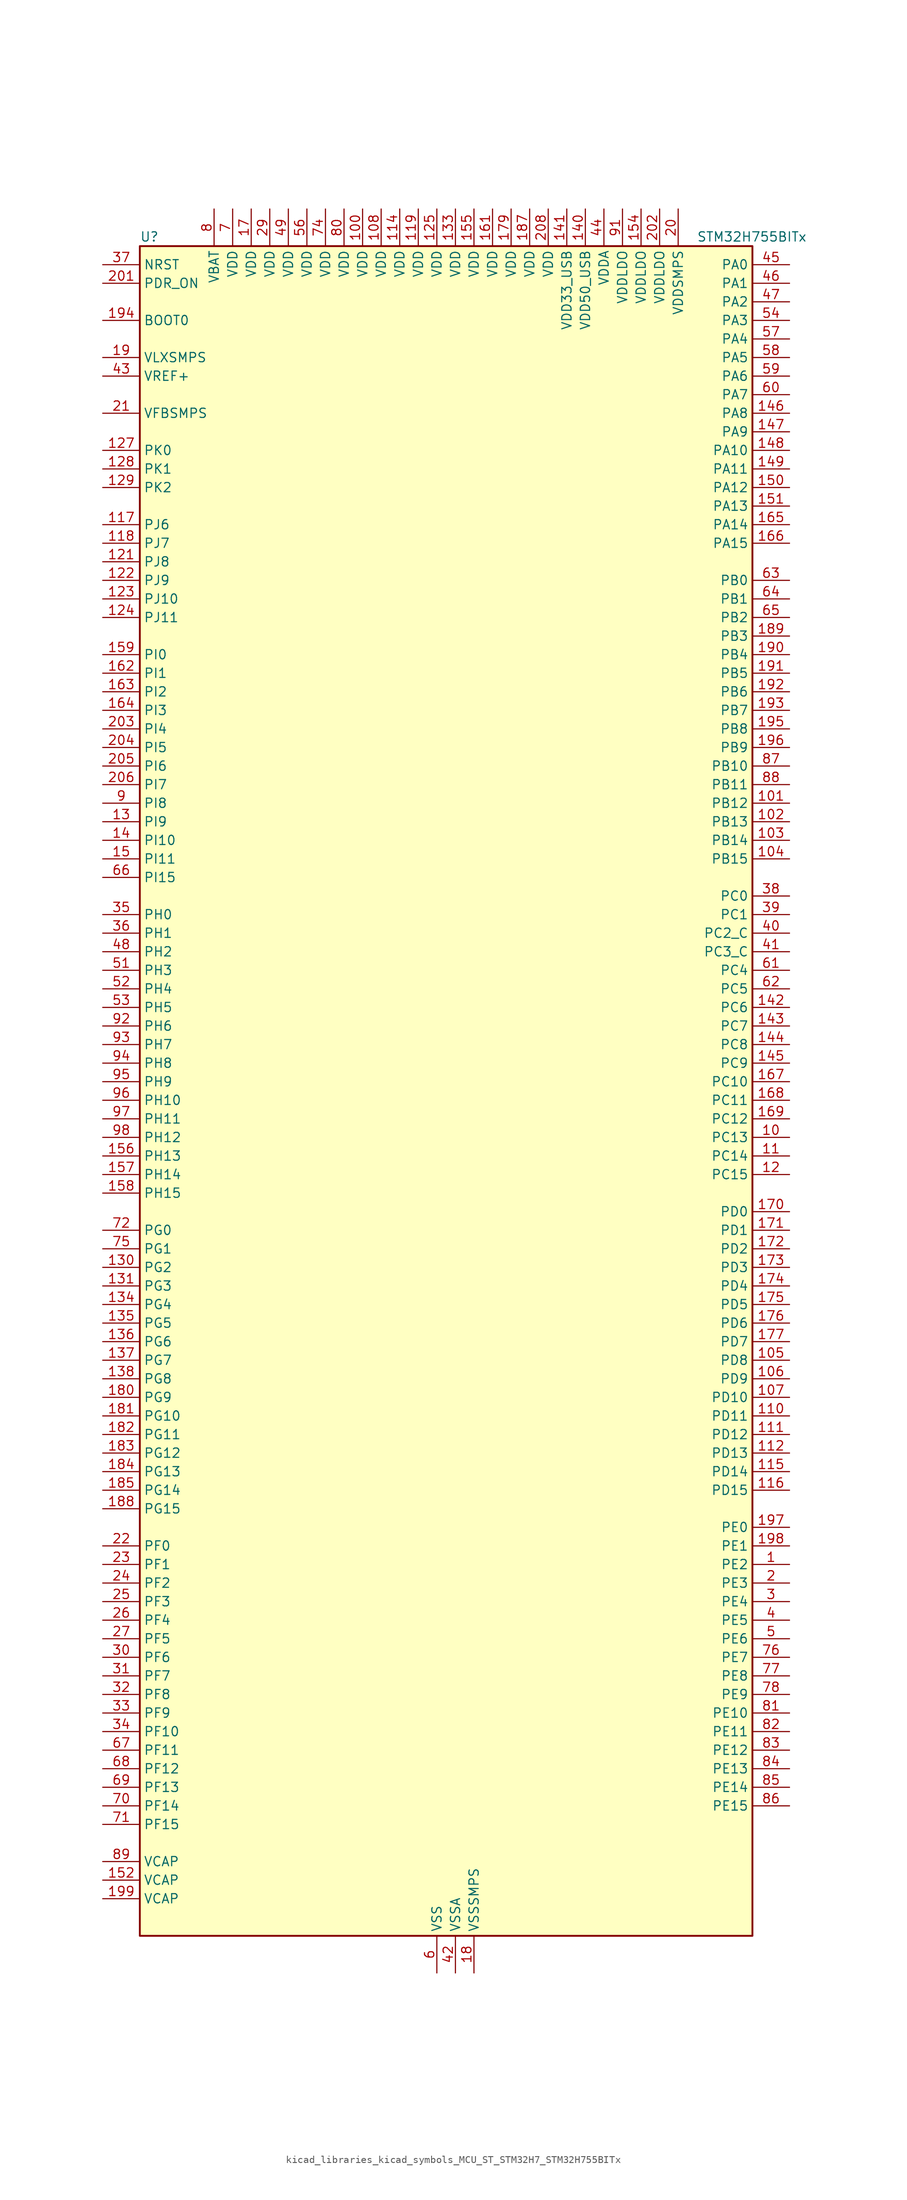
<source format=kicad_sym>
(kicad_symbol_lib
  (version 20220914)
  (generator kicad_symbol_editor)
  (symbol "kicad_libraries_kicad_symbols_MCU_ST_STM32H7_STM32H755BITx"
    (property "Reference" "U"
      (at -40.64 118.11 0)
      (effects (font (size 1.27 1.27)) (justify left)))
    (property "Value" "STM32H755BITx"
      (at 35.56 118.11 0)
      (effects (font (size 1.27 1.27)) (justify left)))
    (property "ki_locked" ""
      (at 0 0 0)
      (effects (font (size 1.27 1.27))))
    (symbol "kicad_libraries_kicad_symbols_MCU_ST_STM32H7_STM32H755BITx_0_1"
      (rectangle (start -40.64 -114.3) (end 43.18 116.84) (stroke (width 0.254) (type default)) (fill (type background))))
    (symbol "kicad_libraries_kicad_symbols_MCU_ST_STM32H7_STM32H755BITx_1_1"
      (pin bidirectional line (at 48.26 -63.5 180) (length 5.08) (name "PE2" (effects (font (size 1.27 1.27)))) (number "1" (effects (font (size 1.27 1.27)))) (alternate "DEBUG_TRACECLK" bidirectional line) (alternate "ETH_TXD3" bidirectional line) (alternate "FMC_A23" bidirectional line) (alternate "QUADSPI_BK1_IO2" bidirectional line) (alternate "SAI1_CK1" bidirectional line) (alternate "SAI1_MCLK_A" bidirectional line) (alternate "SAI4_CK1" bidirectional line) (alternate "SAI4_MCLK_A" bidirectional line) (alternate "SPI4_SCK" bidirectional line))
      (pin bidirectional line (at 48.26 -5.08 180) (length 5.08) (name "PC13" (effects (font (size 1.27 1.27)))) (number "10" (effects (font (size 1.27 1.27)))) (alternate "PWR_WKUP2" bidirectional line) (alternate "RTC_OUT_ALARM" bidirectional line) (alternate "RTC_OUT_CALIB" bidirectional line) (alternate "RTC_TAMP1" bidirectional line) (alternate "RTC_TS" bidirectional line))
      (pin power_in line (at -10.16 121.92 270) (length 5.08) (name "VDD" (effects (font (size 1.27 1.27)))) (number "100" (effects (font (size 1.27 1.27)))))
      (pin bidirectional line (at 48.26 40.64 180) (length 5.08) (name "PB12" (effects (font (size 1.27 1.27)))) (number "101" (effects (font (size 1.27 1.27)))) (alternate "DFSDM1_DATIN1" bidirectional line) (alternate "ETH_TXD0" bidirectional line) (alternate "FDCAN2_RX" bidirectional line) (alternate "I2C2_SMBA" bidirectional line) (alternate "I2S2_WS" bidirectional line) (alternate "SPI2_NSS" bidirectional line) (alternate "TIM1_BKIN" bidirectional line) (alternate "TIM1_BKIN_COMP1" bidirectional line) (alternate "TIM1_BKIN_COMP2" bidirectional line) (alternate "UART5_RX" bidirectional line) (alternate "USART3_CK" bidirectional line) (alternate "USB_OTG_HS_ID" bidirectional line) (alternate "USB_OTG_HS_ULPI_D5" bidirectional line))
      (pin bidirectional line (at 48.26 38.1 180) (length 5.08) (name "PB13" (effects (font (size 1.27 1.27)))) (number "102" (effects (font (size 1.27 1.27)))) (alternate "DFSDM1_CKIN1" bidirectional line) (alternate "ETH_TXD1" bidirectional line) (alternate "FDCAN2_TX" bidirectional line) (alternate "I2S2_CK" bidirectional line) (alternate "LPTIM2_OUT" bidirectional line) (alternate "SPI2_SCK" bidirectional line) (alternate "TIM1_CH1N" bidirectional line) (alternate "UART5_TX" bidirectional line) (alternate "USART3_CTS" bidirectional line) (alternate "USART3_NSS" bidirectional line) (alternate "USB_OTG_HS_ULPI_D6" bidirectional line) (alternate "USB_OTG_HS_VBUS" bidirectional line))
      (pin bidirectional line (at 48.26 35.56 180) (length 5.08) (name "PB14" (effects (font (size 1.27 1.27)))) (number "103" (effects (font (size 1.27 1.27)))) (alternate "DFSDM1_DATIN2" bidirectional line) (alternate "I2S2_SDI" bidirectional line) (alternate "SDMMC2_D0" bidirectional line) (alternate "SPI2_MISO" bidirectional line) (alternate "TIM12_CH1" bidirectional line) (alternate "TIM1_CH2N" bidirectional line) (alternate "TIM8_CH2N" bidirectional line) (alternate "UART4_DE" bidirectional line) (alternate "UART4_RTS" bidirectional line) (alternate "USART1_TX" bidirectional line) (alternate "USART3_DE" bidirectional line) (alternate "USART3_RTS" bidirectional line) (alternate "USB_OTG_HS_DM" bidirectional line))
      (pin bidirectional line (at 48.26 33.02 180) (length 5.08) (name "PB15" (effects (font (size 1.27 1.27)))) (number "104" (effects (font (size 1.27 1.27)))) (alternate "ADC1_EXTI15" bidirectional line) (alternate "ADC2_EXTI15" bidirectional line) (alternate "ADC3_EXTI15" bidirectional line) (alternate "DFSDM1_CKIN2" bidirectional line) (alternate "I2S2_SDO" bidirectional line) (alternate "RTC_REFIN" bidirectional line) (alternate "SDMMC2_D1" bidirectional line) (alternate "SPI2_MOSI" bidirectional line) (alternate "TIM12_CH2" bidirectional line) (alternate "TIM1_CH3N" bidirectional line) (alternate "TIM8_CH3N" bidirectional line) (alternate "UART4_CTS" bidirectional line) (alternate "USART1_RX" bidirectional line) (alternate "USB_OTG_HS_DP" bidirectional line))
      (pin bidirectional line (at 48.26 -35.56 180) (length 5.08) (name "PD8" (effects (font (size 1.27 1.27)))) (number "105" (effects (font (size 1.27 1.27)))) (alternate "DFSDM1_CKIN3" bidirectional line) (alternate "FMC_D13" bidirectional line) (alternate "FMC_DA13" bidirectional line) (alternate "SAI3_SCK_B" bidirectional line) (alternate "SPDIFRX1_IN1" bidirectional line) (alternate "USART3_TX" bidirectional line))
      (pin bidirectional line (at 48.26 -38.1 180) (length 5.08) (name "PD9" (effects (font (size 1.27 1.27)))) (number "106" (effects (font (size 1.27 1.27)))) (alternate "DAC1_EXTI9" bidirectional line) (alternate "DFSDM1_DATIN3" bidirectional line) (alternate "FMC_D14" bidirectional line) (alternate "FMC_DA14" bidirectional line) (alternate "SAI3_SD_B" bidirectional line) (alternate "USART3_RX" bidirectional line))
      (pin bidirectional line (at 48.26 -40.64 180) (length 5.08) (name "PD10" (effects (font (size 1.27 1.27)))) (number "107" (effects (font (size 1.27 1.27)))) (alternate "DFSDM1_CKOUT" bidirectional line) (alternate "FMC_D15" bidirectional line) (alternate "FMC_DA15" bidirectional line) (alternate "LTDC_B3" bidirectional line) (alternate "SAI3_FS_B" bidirectional line) (alternate "USART3_CK" bidirectional line))
      (pin power_in line (at -7.62 121.92 270) (length 5.08) (name "VDD" (effects (font (size 1.27 1.27)))) (number "108" (effects (font (size 1.27 1.27)))))
      (pin passive line (at 0 -119.38 90) (length 5.08) hide (name "VSS" (effects (font (size 1.27 1.27)))) (number "109" (effects (font (size 1.27 1.27)))))
      (pin bidirectional line (at 48.26 -7.62 180) (length 5.08) (name "PC14" (effects (font (size 1.27 1.27)))) (number "11" (effects (font (size 1.27 1.27)))) (alternate "RCC_OSC32_IN" bidirectional line))
      (pin bidirectional line (at 48.26 -43.18 180) (length 5.08) (name "PD11" (effects (font (size 1.27 1.27)))) (number "110" (effects (font (size 1.27 1.27)))) (alternate "ADC1_EXTI11" bidirectional line) (alternate "ADC2_EXTI11" bidirectional line) (alternate "ADC3_EXTI11" bidirectional line) (alternate "FMC_A16" bidirectional line) (alternate "FMC_CLE" bidirectional line) (alternate "I2C4_SMBA" bidirectional line) (alternate "LPTIM2_IN2" bidirectional line) (alternate "QUADSPI_BK1_IO0" bidirectional line) (alternate "SAI2_SD_A" bidirectional line) (alternate "USART3_CTS" bidirectional line) (alternate "USART3_NSS" bidirectional line))
      (pin bidirectional line (at 48.26 -45.72 180) (length 5.08) (name "PD12" (effects (font (size 1.27 1.27)))) (number "111" (effects (font (size 1.27 1.27)))) (alternate "FMC_A17" bidirectional line) (alternate "FMC_ALE" bidirectional line) (alternate "I2C4_SCL" bidirectional line) (alternate "LPTIM1_IN1" bidirectional line) (alternate "LPTIM2_IN1" bidirectional line) (alternate "QUADSPI_BK1_IO1" bidirectional line) (alternate "SAI2_FS_A" bidirectional line) (alternate "TIM4_CH1" bidirectional line) (alternate "USART3_DE" bidirectional line) (alternate "USART3_RTS" bidirectional line))
      (pin bidirectional line (at 48.26 -48.26 180) (length 5.08) (name "PD13" (effects (font (size 1.27 1.27)))) (number "112" (effects (font (size 1.27 1.27)))) (alternate "FMC_A18" bidirectional line) (alternate "I2C4_SDA" bidirectional line) (alternate "LPTIM1_OUT" bidirectional line) (alternate "QUADSPI_BK1_IO3" bidirectional line) (alternate "SAI2_SCK_A" bidirectional line) (alternate "TIM4_CH2" bidirectional line))
      (pin passive line (at 0 -119.38 90) (length 5.08) hide (name "VSS" (effects (font (size 1.27 1.27)))) (number "113" (effects (font (size 1.27 1.27)))))
      (pin power_in line (at -5.08 121.92 270) (length 5.08) (name "VDD" (effects (font (size 1.27 1.27)))) (number "114" (effects (font (size 1.27 1.27)))))
      (pin bidirectional line (at 48.26 -50.8 180) (length 5.08) (name "PD14" (effects (font (size 1.27 1.27)))) (number "115" (effects (font (size 1.27 1.27)))) (alternate "FMC_D0" bidirectional line) (alternate "FMC_DA0" bidirectional line) (alternate "SAI3_MCLK_B" bidirectional line) (alternate "TIM4_CH3" bidirectional line) (alternate "UART8_CTS" bidirectional line))
      (pin bidirectional line (at 48.26 -53.34 180) (length 5.08) (name "PD15" (effects (font (size 1.27 1.27)))) (number "116" (effects (font (size 1.27 1.27)))) (alternate "ADC1_EXTI15" bidirectional line) (alternate "ADC2_EXTI15" bidirectional line) (alternate "ADC3_EXTI15" bidirectional line) (alternate "FMC_D1" bidirectional line) (alternate "FMC_DA1" bidirectional line) (alternate "SAI3_MCLK_A" bidirectional line) (alternate "TIM4_CH4" bidirectional line) (alternate "UART8_DE" bidirectional line) (alternate "UART8_RTS" bidirectional line))
      (pin bidirectional line (at -45.72 78.74 0) (length 5.08) (name "PJ6" (effects (font (size 1.27 1.27)))) (number "117" (effects (font (size 1.27 1.27)))) (alternate "LTDC_R7" bidirectional line) (alternate "TIM8_CH2" bidirectional line))
      (pin bidirectional line (at -45.72 76.2 0) (length 5.08) (name "PJ7" (effects (font (size 1.27 1.27)))) (number "118" (effects (font (size 1.27 1.27)))) (alternate "DEBUG_TRGIN" bidirectional line) (alternate "LTDC_G0" bidirectional line) (alternate "TIM8_CH2N" bidirectional line))
      (pin power_in line (at -2.54 121.92 270) (length 5.08) (name "VDD" (effects (font (size 1.27 1.27)))) (number "119" (effects (font (size 1.27 1.27)))))
      (pin bidirectional line (at 48.26 -10.16 180) (length 5.08) (name "PC15" (effects (font (size 1.27 1.27)))) (number "12" (effects (font (size 1.27 1.27)))) (alternate "ADC1_EXTI15" bidirectional line) (alternate "ADC2_EXTI15" bidirectional line) (alternate "ADC3_EXTI15" bidirectional line) (alternate "RCC_OSC32_OUT" bidirectional line))
      (pin passive line (at 0 -119.38 90) (length 5.08) hide (name "VSS" (effects (font (size 1.27 1.27)))) (number "120" (effects (font (size 1.27 1.27)))))
      (pin bidirectional line (at -45.72 73.66 0) (length 5.08) (name "PJ8" (effects (font (size 1.27 1.27)))) (number "121" (effects (font (size 1.27 1.27)))) (alternate "LTDC_G1" bidirectional line) (alternate "TIM1_CH3N" bidirectional line) (alternate "TIM8_CH1" bidirectional line) (alternate "UART8_TX" bidirectional line))
      (pin bidirectional line (at -45.72 71.12 0) (length 5.08) (name "PJ9" (effects (font (size 1.27 1.27)))) (number "122" (effects (font (size 1.27 1.27)))) (alternate "DAC1_EXTI9" bidirectional line) (alternate "LTDC_G2" bidirectional line) (alternate "TIM1_CH3" bidirectional line) (alternate "TIM8_CH1N" bidirectional line) (alternate "UART8_RX" bidirectional line))
      (pin bidirectional line (at -45.72 68.58 0) (length 5.08) (name "PJ10" (effects (font (size 1.27 1.27)))) (number "123" (effects (font (size 1.27 1.27)))) (alternate "LTDC_G3" bidirectional line) (alternate "SPI5_MOSI" bidirectional line) (alternate "TIM1_CH2N" bidirectional line) (alternate "TIM8_CH2" bidirectional line))
      (pin bidirectional line (at -45.72 66.04 0) (length 5.08) (name "PJ11" (effects (font (size 1.27 1.27)))) (number "124" (effects (font (size 1.27 1.27)))) (alternate "ADC1_EXTI11" bidirectional line) (alternate "ADC2_EXTI11" bidirectional line) (alternate "ADC3_EXTI11" bidirectional line) (alternate "LTDC_G4" bidirectional line) (alternate "SPI5_MISO" bidirectional line) (alternate "TIM1_CH2" bidirectional line) (alternate "TIM8_CH2N" bidirectional line))
      (pin power_in line (at 0 121.92 270) (length 5.08) (name "VDD" (effects (font (size 1.27 1.27)))) (number "125" (effects (font (size 1.27 1.27)))))
      (pin passive line (at 0 -119.38 90) (length 5.08) hide (name "VSS" (effects (font (size 1.27 1.27)))) (number "126" (effects (font (size 1.27 1.27)))))
      (pin bidirectional line (at -45.72 88.9 0) (length 5.08) (name "PK0" (effects (font (size 1.27 1.27)))) (number "127" (effects (font (size 1.27 1.27)))) (alternate "LTDC_G5" bidirectional line) (alternate "SPI5_SCK" bidirectional line) (alternate "TIM1_CH1N" bidirectional line) (alternate "TIM8_CH3" bidirectional line))
      (pin bidirectional line (at -45.72 86.36 0) (length 5.08) (name "PK1" (effects (font (size 1.27 1.27)))) (number "128" (effects (font (size 1.27 1.27)))) (alternate "LTDC_G6" bidirectional line) (alternate "SPI5_NSS" bidirectional line) (alternate "TIM1_CH1" bidirectional line) (alternate "TIM8_CH3N" bidirectional line))
      (pin bidirectional line (at -45.72 83.82 0) (length 5.08) (name "PK2" (effects (font (size 1.27 1.27)))) (number "129" (effects (font (size 1.27 1.27)))) (alternate "LTDC_G7" bidirectional line) (alternate "TIM1_BKIN" bidirectional line) (alternate "TIM1_BKIN_COMP1" bidirectional line) (alternate "TIM1_BKIN_COMP2" bidirectional line) (alternate "TIM8_BKIN" bidirectional line) (alternate "TIM8_BKIN_COMP1" bidirectional line) (alternate "TIM8_BKIN_COMP2" bidirectional line))
      (pin bidirectional line (at -45.72 38.1 0) (length 5.08) (name "PI9" (effects (font (size 1.27 1.27)))) (number "13" (effects (font (size 1.27 1.27)))) (alternate "DAC1_EXTI9" bidirectional line) (alternate "FDCAN1_RX" bidirectional line) (alternate "FMC_D30" bidirectional line) (alternate "LTDC_VSYNC" bidirectional line) (alternate "UART4_RX" bidirectional line))
      (pin bidirectional line (at -45.72 -22.86 0) (length 5.08) (name "PG2" (effects (font (size 1.27 1.27)))) (number "130" (effects (font (size 1.27 1.27)))) (alternate "FMC_A12" bidirectional line) (alternate "TIM8_BKIN" bidirectional line) (alternate "TIM8_BKIN_COMP1" bidirectional line) (alternate "TIM8_BKIN_COMP2" bidirectional line))
      (pin bidirectional line (at -45.72 -25.4 0) (length 5.08) (name "PG3" (effects (font (size 1.27 1.27)))) (number "131" (effects (font (size 1.27 1.27)))) (alternate "FMC_A13" bidirectional line) (alternate "TIM8_BKIN2" bidirectional line) (alternate "TIM8_BKIN2_COMP1" bidirectional line) (alternate "TIM8_BKIN2_COMP2" bidirectional line))
      (pin passive line (at 0 -119.38 90) (length 5.08) hide (name "VSS" (effects (font (size 1.27 1.27)))) (number "132" (effects (font (size 1.27 1.27)))))
      (pin power_in line (at 2.54 121.92 270) (length 5.08) (name "VDD" (effects (font (size 1.27 1.27)))) (number "133" (effects (font (size 1.27 1.27)))))
      (pin bidirectional line (at -45.72 -27.94 0) (length 5.08) (name "PG4" (effects (font (size 1.27 1.27)))) (number "134" (effects (font (size 1.27 1.27)))) (alternate "FMC_A14" bidirectional line) (alternate "FMC_BA0" bidirectional line) (alternate "TIM1_BKIN2" bidirectional line) (alternate "TIM1_BKIN2_COMP1" bidirectional line) (alternate "TIM1_BKIN2_COMP2" bidirectional line))
      (pin bidirectional line (at -45.72 -30.48 0) (length 5.08) (name "PG5" (effects (font (size 1.27 1.27)))) (number "135" (effects (font (size 1.27 1.27)))) (alternate "FMC_A15" bidirectional line) (alternate "FMC_BA1" bidirectional line) (alternate "TIM1_ETR" bidirectional line))
      (pin bidirectional line (at -45.72 -33.02 0) (length 5.08) (name "PG6" (effects (font (size 1.27 1.27)))) (number "136" (effects (font (size 1.27 1.27)))) (alternate "DCMI_D12" bidirectional line) (alternate "FMC_NE3" bidirectional line) (alternate "HRTIM_CHE1" bidirectional line) (alternate "LTDC_R7" bidirectional line) (alternate "QUADSPI_BK1_NCS" bidirectional line) (alternate "TIM17_BKIN" bidirectional line))
      (pin bidirectional line (at -45.72 -35.56 0) (length 5.08) (name "PG7" (effects (font (size 1.27 1.27)))) (number "137" (effects (font (size 1.27 1.27)))) (alternate "DCMI_D13" bidirectional line) (alternate "FMC_INT" bidirectional line) (alternate "HRTIM_CHE2" bidirectional line) (alternate "LTDC_CLK" bidirectional line) (alternate "SAI1_MCLK_A" bidirectional line) (alternate "USART6_CK" bidirectional line))
      (pin bidirectional line (at -45.72 -38.1 0) (length 5.08) (name "PG8" (effects (font (size 1.27 1.27)))) (number "138" (effects (font (size 1.27 1.27)))) (alternate "ETH_PPS_OUT" bidirectional line) (alternate "FMC_SDCLK" bidirectional line) (alternate "LTDC_G7" bidirectional line) (alternate "SPDIFRX1_IN2" bidirectional line) (alternate "SPI6_NSS" bidirectional line) (alternate "TIM8_ETR" bidirectional line) (alternate "USART6_DE" bidirectional line) (alternate "USART6_RTS" bidirectional line))
      (pin passive line (at 0 -119.38 90) (length 5.08) hide (name "VSS" (effects (font (size 1.27 1.27)))) (number "139" (effects (font (size 1.27 1.27)))))
      (pin bidirectional line (at -45.72 35.56 0) (length 5.08) (name "PI10" (effects (font (size 1.27 1.27)))) (number "14" (effects (font (size 1.27 1.27)))) (alternate "ETH_RX_ER" bidirectional line) (alternate "FMC_D31" bidirectional line) (alternate "LTDC_HSYNC" bidirectional line))
      (pin power_in line (at 20.32 121.92 270) (length 5.08) (name "VDD50_USB" (effects (font (size 1.27 1.27)))) (number "140" (effects (font (size 1.27 1.27)))))
      (pin power_in line (at 17.78 121.92 270) (length 5.08) (name "VDD33_USB" (effects (font (size 1.27 1.27)))) (number "141" (effects (font (size 1.27 1.27)))))
      (pin bidirectional line (at 48.26 12.7 180) (length 5.08) (name "PC6" (effects (font (size 1.27 1.27)))) (number "142" (effects (font (size 1.27 1.27)))) (alternate "DCMI_D0" bidirectional line) (alternate "DFSDM1_CKIN3" bidirectional line) (alternate "FMC_NWAIT" bidirectional line) (alternate "HRTIM_CHA1" bidirectional line) (alternate "I2S2_MCK" bidirectional line) (alternate "LTDC_HSYNC" bidirectional line) (alternate "SDMMC1_D0DIR" bidirectional line) (alternate "SDMMC1_D6" bidirectional line) (alternate "SDMMC2_D6" bidirectional line) (alternate "SWPMI1_IO" bidirectional line) (alternate "TIM3_CH1" bidirectional line) (alternate "TIM8_CH1" bidirectional line) (alternate "USART6_TX" bidirectional line))
      (pin bidirectional line (at 48.26 10.16 180) (length 5.08) (name "PC7" (effects (font (size 1.27 1.27)))) (number "143" (effects (font (size 1.27 1.27)))) (alternate "DCMI_D1" bidirectional line) (alternate "DEBUG_TRGIO" bidirectional line) (alternate "DFSDM1_DATIN3" bidirectional line) (alternate "FMC_NE1" bidirectional line) (alternate "HRTIM_CHA2" bidirectional line) (alternate "I2S3_MCK" bidirectional line) (alternate "LTDC_G6" bidirectional line) (alternate "SDMMC1_D123DIR" bidirectional line) (alternate "SDMMC1_D7" bidirectional line) (alternate "SDMMC2_D7" bidirectional line) (alternate "SWPMI1_TX" bidirectional line) (alternate "TIM3_CH2" bidirectional line) (alternate "TIM8_CH2" bidirectional line) (alternate "USART6_RX" bidirectional line))
      (pin bidirectional line (at 48.26 7.62 180) (length 5.08) (name "PC8" (effects (font (size 1.27 1.27)))) (number "144" (effects (font (size 1.27 1.27)))) (alternate "DCMI_D2" bidirectional line) (alternate "DEBUG_TRACED1" bidirectional line) (alternate "FMC_NCE" bidirectional line) (alternate "FMC_NE2" bidirectional line) (alternate "HRTIM_CHB1" bidirectional line) (alternate "SDMMC1_D0" bidirectional line) (alternate "SWPMI1_RX" bidirectional line) (alternate "TIM3_CH3" bidirectional line) (alternate "TIM8_CH3" bidirectional line) (alternate "UART5_DE" bidirectional line) (alternate "UART5_RTS" bidirectional line) (alternate "USART6_CK" bidirectional line))
      (pin bidirectional line (at 48.26 5.08 180) (length 5.08) (name "PC9" (effects (font (size 1.27 1.27)))) (number "145" (effects (font (size 1.27 1.27)))) (alternate "DAC1_EXTI9" bidirectional line) (alternate "DCMI_D3" bidirectional line) (alternate "I2C3_SDA" bidirectional line) (alternate "I2S_CKIN" bidirectional line) (alternate "LTDC_B2" bidirectional line) (alternate "LTDC_G3" bidirectional line) (alternate "QUADSPI_BK1_IO0" bidirectional line) (alternate "RCC_MCO_2" bidirectional line) (alternate "SDMMC1_D1" bidirectional line) (alternate "SWPMI1_SUSPEND" bidirectional line) (alternate "TIM3_CH4" bidirectional line) (alternate "TIM8_CH4" bidirectional line) (alternate "UART5_CTS" bidirectional line))
      (pin bidirectional line (at 48.26 93.98 180) (length 5.08) (name "PA8" (effects (font (size 1.27 1.27)))) (number "146" (effects (font (size 1.27 1.27)))) (alternate "HRTIM_CHB2" bidirectional line) (alternate "I2C3_SCL" bidirectional line) (alternate "LTDC_B3" bidirectional line) (alternate "LTDC_R6" bidirectional line) (alternate "RCC_MCO_1" bidirectional line) (alternate "TIM1_CH1" bidirectional line) (alternate "TIM8_BKIN2" bidirectional line) (alternate "TIM8_BKIN2_COMP1" bidirectional line) (alternate "TIM8_BKIN2_COMP2" bidirectional line) (alternate "UART7_RX" bidirectional line) (alternate "USART1_CK" bidirectional line) (alternate "USB_OTG_FS_SOF" bidirectional line))
      (pin bidirectional line (at 48.26 91.44 180) (length 5.08) (name "PA9" (effects (font (size 1.27 1.27)))) (number "147" (effects (font (size 1.27 1.27)))) (alternate "DAC1_EXTI9" bidirectional line) (alternate "DCMI_D0" bidirectional line) (alternate "HRTIM_CHC1" bidirectional line) (alternate "I2C3_SMBA" bidirectional line) (alternate "I2S2_CK" bidirectional line) (alternate "LPUART1_TX" bidirectional line) (alternate "LTDC_R5" bidirectional line) (alternate "SPI2_SCK" bidirectional line) (alternate "TIM1_CH2" bidirectional line) (alternate "USART1_TX" bidirectional line) (alternate "USB_OTG_FS_VBUS" bidirectional line))
      (pin bidirectional line (at 48.26 88.9 180) (length 5.08) (name "PA10" (effects (font (size 1.27 1.27)))) (number "148" (effects (font (size 1.27 1.27)))) (alternate "DCMI_D1" bidirectional line) (alternate "HRTIM_CHC2" bidirectional line) (alternate "LPUART1_RX" bidirectional line) (alternate "LTDC_B1" bidirectional line) (alternate "LTDC_B4" bidirectional line) (alternate "MDIOS_MDIO" bidirectional line) (alternate "TIM1_CH3" bidirectional line) (alternate "USART1_RX" bidirectional line) (alternate "USB_OTG_FS_ID" bidirectional line))
      (pin bidirectional line (at 48.26 86.36 180) (length 5.08) (name "PA11" (effects (font (size 1.27 1.27)))) (number "149" (effects (font (size 1.27 1.27)))) (alternate "ADC1_EXTI11" bidirectional line) (alternate "ADC2_EXTI11" bidirectional line) (alternate "ADC3_EXTI11" bidirectional line) (alternate "FDCAN1_RX" bidirectional line) (alternate "HRTIM_CHD1" bidirectional line) (alternate "I2S2_WS" bidirectional line) (alternate "LPUART1_CTS" bidirectional line) (alternate "LTDC_R4" bidirectional line) (alternate "SPI2_NSS" bidirectional line) (alternate "TIM1_CH4" bidirectional line) (alternate "UART4_RX" bidirectional line) (alternate "USART1_CTS" bidirectional line) (alternate "USART1_NSS" bidirectional line) (alternate "USB_OTG_FS_DM" bidirectional line))
      (pin bidirectional line (at -45.72 33.02 0) (length 5.08) (name "PI11" (effects (font (size 1.27 1.27)))) (number "15" (effects (font (size 1.27 1.27)))) (alternate "ADC1_EXTI11" bidirectional line) (alternate "ADC2_EXTI11" bidirectional line) (alternate "ADC3_EXTI11" bidirectional line) (alternate "LTDC_G6" bidirectional line) (alternate "PWR_WKUP4" bidirectional line) (alternate "USB_OTG_HS_ULPI_DIR" bidirectional line))
      (pin bidirectional line (at 48.26 83.82 180) (length 5.08) (name "PA12" (effects (font (size 1.27 1.27)))) (number "150" (effects (font (size 1.27 1.27)))) (alternate "FDCAN1_TX" bidirectional line) (alternate "HRTIM_CHD2" bidirectional line) (alternate "I2S2_CK" bidirectional line) (alternate "LPUART1_DE" bidirectional line) (alternate "LPUART1_RTS" bidirectional line) (alternate "LTDC_R5" bidirectional line) (alternate "SAI2_FS_B" bidirectional line) (alternate "SPI2_SCK" bidirectional line) (alternate "TIM1_ETR" bidirectional line) (alternate "UART4_TX" bidirectional line) (alternate "USART1_DE" bidirectional line) (alternate "USART1_RTS" bidirectional line) (alternate "USB_OTG_FS_DP" bidirectional line))
      (pin bidirectional line (at 48.26 81.28 180) (length 5.08) (name "PA13" (effects (font (size 1.27 1.27)))) (number "151" (effects (font (size 1.27 1.27)))) (alternate "DEBUG_JTMS-SWDIO" bidirectional line))
      (pin power_out line (at -45.72 -106.68 0) (length 5.08) (name "VCAP" (effects (font (size 1.27 1.27)))) (number "152" (effects (font (size 1.27 1.27)))))
      (pin passive line (at 0 -119.38 90) (length 5.08) hide (name "VSS" (effects (font (size 1.27 1.27)))) (number "153" (effects (font (size 1.27 1.27)))))
      (pin power_in line (at 27.94 121.92 270) (length 5.08) (name "VDDLDO" (effects (font (size 1.27 1.27)))) (number "154" (effects (font (size 1.27 1.27)))))
      (pin power_in line (at 5.08 121.92 270) (length 5.08) (name "VDD" (effects (font (size 1.27 1.27)))) (number "155" (effects (font (size 1.27 1.27)))))
      (pin bidirectional line (at -45.72 -7.62 0) (length 5.08) (name "PH13" (effects (font (size 1.27 1.27)))) (number "156" (effects (font (size 1.27 1.27)))) (alternate "FDCAN1_TX" bidirectional line) (alternate "FMC_D21" bidirectional line) (alternate "LTDC_G2" bidirectional line) (alternate "TIM8_CH1N" bidirectional line) (alternate "UART4_TX" bidirectional line))
      (pin bidirectional line (at -45.72 -10.16 0) (length 5.08) (name "PH14" (effects (font (size 1.27 1.27)))) (number "157" (effects (font (size 1.27 1.27)))) (alternate "DCMI_D4" bidirectional line) (alternate "FDCAN1_RX" bidirectional line) (alternate "FMC_D22" bidirectional line) (alternate "LTDC_G3" bidirectional line) (alternate "TIM8_CH2N" bidirectional line) (alternate "UART4_RX" bidirectional line))
      (pin bidirectional line (at -45.72 -12.7 0) (length 5.08) (name "PH15" (effects (font (size 1.27 1.27)))) (number "158" (effects (font (size 1.27 1.27)))) (alternate "ADC1_EXTI15" bidirectional line) (alternate "ADC2_EXTI15" bidirectional line) (alternate "ADC3_EXTI15" bidirectional line) (alternate "DCMI_D11" bidirectional line) (alternate "FMC_D23" bidirectional line) (alternate "LTDC_G4" bidirectional line) (alternate "TIM8_CH3N" bidirectional line))
      (pin bidirectional line (at -45.72 60.96 0) (length 5.08) (name "PI0" (effects (font (size 1.27 1.27)))) (number "159" (effects (font (size 1.27 1.27)))) (alternate "DCMI_D13" bidirectional line) (alternate "FMC_D24" bidirectional line) (alternate "I2S2_WS" bidirectional line) (alternate "LTDC_G5" bidirectional line) (alternate "SPI2_NSS" bidirectional line) (alternate "TIM5_CH4" bidirectional line))
      (pin passive line (at 0 -119.38 90) (length 5.08) hide (name "VSS" (effects (font (size 1.27 1.27)))) (number "16" (effects (font (size 1.27 1.27)))))
      (pin passive line (at 0 -119.38 90) (length 5.08) hide (name "VSS" (effects (font (size 1.27 1.27)))) (number "160" (effects (font (size 1.27 1.27)))))
      (pin power_in line (at 7.62 121.92 270) (length 5.08) (name "VDD" (effects (font (size 1.27 1.27)))) (number "161" (effects (font (size 1.27 1.27)))))
      (pin bidirectional line (at -45.72 58.42 0) (length 5.08) (name "PI1" (effects (font (size 1.27 1.27)))) (number "162" (effects (font (size 1.27 1.27)))) (alternate "DCMI_D8" bidirectional line) (alternate "FMC_D25" bidirectional line) (alternate "I2S2_CK" bidirectional line) (alternate "LTDC_G6" bidirectional line) (alternate "SPI2_SCK" bidirectional line) (alternate "TIM8_BKIN2" bidirectional line) (alternate "TIM8_BKIN2_COMP1" bidirectional line) (alternate "TIM8_BKIN2_COMP2" bidirectional line))
      (pin bidirectional line (at -45.72 55.88 0) (length 5.08) (name "PI2" (effects (font (size 1.27 1.27)))) (number "163" (effects (font (size 1.27 1.27)))) (alternate "DCMI_D9" bidirectional line) (alternate "FMC_D26" bidirectional line) (alternate "I2S2_SDI" bidirectional line) (alternate "LTDC_G7" bidirectional line) (alternate "SPI2_MISO" bidirectional line) (alternate "TIM8_CH4" bidirectional line))
      (pin bidirectional line (at -45.72 53.34 0) (length 5.08) (name "PI3" (effects (font (size 1.27 1.27)))) (number "164" (effects (font (size 1.27 1.27)))) (alternate "DCMI_D10" bidirectional line) (alternate "FMC_D27" bidirectional line) (alternate "I2S2_SDO" bidirectional line) (alternate "SPI2_MOSI" bidirectional line) (alternate "TIM8_ETR" bidirectional line))
      (pin bidirectional line (at 48.26 78.74 180) (length 5.08) (name "PA14" (effects (font (size 1.27 1.27)))) (number "165" (effects (font (size 1.27 1.27)))) (alternate "DEBUG_JTCK-SWCLK" bidirectional line))
      (pin bidirectional line (at 48.26 76.2 180) (length 5.08) (name "PA15" (effects (font (size 1.27 1.27)))) (number "166" (effects (font (size 1.27 1.27)))) (alternate "ADC1_EXTI15" bidirectional line) (alternate "ADC2_EXTI15" bidirectional line) (alternate "ADC3_EXTI15" bidirectional line) (alternate "CEC" bidirectional line) (alternate "DEBUG_JTDI" bidirectional line) (alternate "HRTIM_FLT1" bidirectional line) (alternate "I2S1_WS" bidirectional line) (alternate "I2S3_WS" bidirectional line) (alternate "SPI1_NSS" bidirectional line) (alternate "SPI3_NSS" bidirectional line) (alternate "SPI6_NSS" bidirectional line) (alternate "TIM2_CH1" bidirectional line) (alternate "TIM2_ETR" bidirectional line) (alternate "UART4_DE" bidirectional line) (alternate "UART4_RTS" bidirectional line) (alternate "UART7_TX" bidirectional line))
      (pin bidirectional line (at 48.26 2.54 180) (length 5.08) (name "PC10" (effects (font (size 1.27 1.27)))) (number "167" (effects (font (size 1.27 1.27)))) (alternate "DCMI_D8" bidirectional line) (alternate "DFSDM1_CKIN5" bidirectional line) (alternate "HRTIM_EEV1" bidirectional line) (alternate "I2S3_CK" bidirectional line) (alternate "LTDC_R2" bidirectional line) (alternate "QUADSPI_BK1_IO1" bidirectional line) (alternate "SDMMC1_D2" bidirectional line) (alternate "SPI3_SCK" bidirectional line) (alternate "UART4_TX" bidirectional line) (alternate "USART3_TX" bidirectional line))
      (pin bidirectional line (at 48.26 0 180) (length 5.08) (name "PC11" (effects (font (size 1.27 1.27)))) (number "168" (effects (font (size 1.27 1.27)))) (alternate "ADC1_EXTI11" bidirectional line) (alternate "ADC2_EXTI11" bidirectional line) (alternate "ADC3_EXTI11" bidirectional line) (alternate "DCMI_D4" bidirectional line) (alternate "DFSDM1_DATIN5" bidirectional line) (alternate "HRTIM_FLT2" bidirectional line) (alternate "I2S3_SDI" bidirectional line) (alternate "QUADSPI_BK2_NCS" bidirectional line) (alternate "SDMMC1_D3" bidirectional line) (alternate "SPI3_MISO" bidirectional line) (alternate "UART4_RX" bidirectional line) (alternate "USART3_RX" bidirectional line))
      (pin bidirectional line (at 48.26 -2.54 180) (length 5.08) (name "PC12" (effects (font (size 1.27 1.27)))) (number "169" (effects (font (size 1.27 1.27)))) (alternate "DCMI_D9" bidirectional line) (alternate "DEBUG_TRACED3" bidirectional line) (alternate "HRTIM_EEV2" bidirectional line) (alternate "I2S3_SDO" bidirectional line) (alternate "SDMMC1_CK" bidirectional line) (alternate "SPI3_MOSI" bidirectional line) (alternate "UART5_TX" bidirectional line) (alternate "USART3_CK" bidirectional line))
      (pin power_in line (at -25.4 121.92 270) (length 5.08) (name "VDD" (effects (font (size 1.27 1.27)))) (number "17" (effects (font (size 1.27 1.27)))))
      (pin bidirectional line (at 48.26 -15.24 180) (length 5.08) (name "PD0" (effects (font (size 1.27 1.27)))) (number "170" (effects (font (size 1.27 1.27)))) (alternate "DFSDM1_CKIN6" bidirectional line) (alternate "FDCAN1_RX" bidirectional line) (alternate "FMC_D2" bidirectional line) (alternate "FMC_DA2" bidirectional line) (alternate "SAI3_SCK_A" bidirectional line) (alternate "UART4_RX" bidirectional line))
      (pin bidirectional line (at 48.26 -17.78 180) (length 5.08) (name "PD1" (effects (font (size 1.27 1.27)))) (number "171" (effects (font (size 1.27 1.27)))) (alternate "DFSDM1_DATIN6" bidirectional line) (alternate "FDCAN1_TX" bidirectional line) (alternate "FMC_D3" bidirectional line) (alternate "FMC_DA3" bidirectional line) (alternate "SAI3_SD_A" bidirectional line) (alternate "UART4_TX" bidirectional line))
      (pin bidirectional line (at 48.26 -20.32 180) (length 5.08) (name "PD2" (effects (font (size 1.27 1.27)))) (number "172" (effects (font (size 1.27 1.27)))) (alternate "DCMI_D11" bidirectional line) (alternate "DEBUG_TRACED2" bidirectional line) (alternate "SDMMC1_CMD" bidirectional line) (alternate "TIM3_ETR" bidirectional line) (alternate "UART5_RX" bidirectional line))
      (pin bidirectional line (at 48.26 -22.86 180) (length 5.08) (name "PD3" (effects (font (size 1.27 1.27)))) (number "173" (effects (font (size 1.27 1.27)))) (alternate "DCMI_D5" bidirectional line) (alternate "DFSDM1_CKOUT" bidirectional line) (alternate "FMC_CLK" bidirectional line) (alternate "I2S2_CK" bidirectional line) (alternate "LTDC_G7" bidirectional line) (alternate "SPI2_SCK" bidirectional line) (alternate "USART2_CTS" bidirectional line) (alternate "USART2_NSS" bidirectional line))
      (pin bidirectional line (at 48.26 -25.4 180) (length 5.08) (name "PD4" (effects (font (size 1.27 1.27)))) (number "174" (effects (font (size 1.27 1.27)))) (alternate "FMC_NOE" bidirectional line) (alternate "HRTIM_FLT3" bidirectional line) (alternate "SAI3_FS_A" bidirectional line) (alternate "USART2_DE" bidirectional line) (alternate "USART2_RTS" bidirectional line))
      (pin bidirectional line (at 48.26 -27.94 180) (length 5.08) (name "PD5" (effects (font (size 1.27 1.27)))) (number "175" (effects (font (size 1.27 1.27)))) (alternate "FMC_NWE" bidirectional line) (alternate "HRTIM_EEV3" bidirectional line) (alternate "USART2_TX" bidirectional line))
      (pin bidirectional line (at 48.26 -30.48 180) (length 5.08) (name "PD6" (effects (font (size 1.27 1.27)))) (number "176" (effects (font (size 1.27 1.27)))) (alternate "DCMI_D10" bidirectional line) (alternate "DFSDM1_CKIN4" bidirectional line) (alternate "DFSDM1_DATIN1" bidirectional line) (alternate "FMC_NWAIT" bidirectional line) (alternate "I2S3_SDO" bidirectional line) (alternate "LTDC_B2" bidirectional line) (alternate "SAI1_D1" bidirectional line) (alternate "SAI1_SD_A" bidirectional line) (alternate "SAI4_D1" bidirectional line) (alternate "SAI4_SD_A" bidirectional line) (alternate "SDMMC2_CK" bidirectional line) (alternate "SPI3_MOSI" bidirectional line) (alternate "USART2_RX" bidirectional line))
      (pin bidirectional line (at 48.26 -33.02 180) (length 5.08) (name "PD7" (effects (font (size 1.27 1.27)))) (number "177" (effects (font (size 1.27 1.27)))) (alternate "DFSDM1_CKIN1" bidirectional line) (alternate "DFSDM1_DATIN4" bidirectional line) (alternate "FMC_NE1" bidirectional line) (alternate "I2S1_SDO" bidirectional line) (alternate "SDMMC2_CMD" bidirectional line) (alternate "SPDIFRX1_IN0" bidirectional line) (alternate "SPI1_MOSI" bidirectional line) (alternate "USART2_CK" bidirectional line))
      (pin passive line (at 0 -119.38 90) (length 5.08) hide (name "VSS" (effects (font (size 1.27 1.27)))) (number "178" (effects (font (size 1.27 1.27)))))
      (pin power_in line (at 10.16 121.92 270) (length 5.08) (name "VDD" (effects (font (size 1.27 1.27)))) (number "179" (effects (font (size 1.27 1.27)))))
      (pin power_in line (at 5.08 -119.38 90) (length 5.08) (name "VSSSMPS" (effects (font (size 1.27 1.27)))) (number "18" (effects (font (size 1.27 1.27)))))
      (pin bidirectional line (at -45.72 -40.64 0) (length 5.08) (name "PG9" (effects (font (size 1.27 1.27)))) (number "180" (effects (font (size 1.27 1.27)))) (alternate "DAC1_EXTI9" bidirectional line) (alternate "DCMI_VSYNC" bidirectional line) (alternate "FMC_NCE" bidirectional line) (alternate "FMC_NE2" bidirectional line) (alternate "I2S1_SDI" bidirectional line) (alternate "QUADSPI_BK2_IO2" bidirectional line) (alternate "SAI2_FS_B" bidirectional line) (alternate "SPDIFRX1_IN3" bidirectional line) (alternate "SPI1_MISO" bidirectional line) (alternate "USART6_RX" bidirectional line))
      (pin bidirectional line (at -45.72 -43.18 0) (length 5.08) (name "PG10" (effects (font (size 1.27 1.27)))) (number "181" (effects (font (size 1.27 1.27)))) (alternate "DCMI_D2" bidirectional line) (alternate "FMC_NE3" bidirectional line) (alternate "HRTIM_FLT5" bidirectional line) (alternate "I2S1_WS" bidirectional line) (alternate "LTDC_B2" bidirectional line) (alternate "LTDC_G3" bidirectional line) (alternate "SAI2_SD_B" bidirectional line) (alternate "SPI1_NSS" bidirectional line))
      (pin bidirectional line (at -45.72 -45.72 0) (length 5.08) (name "PG11" (effects (font (size 1.27 1.27)))) (number "182" (effects (font (size 1.27 1.27)))) (alternate "ADC1_EXTI11" bidirectional line) (alternate "ADC2_EXTI11" bidirectional line) (alternate "ADC3_EXTI11" bidirectional line) (alternate "DCMI_D3" bidirectional line) (alternate "ETH_TX_EN" bidirectional line) (alternate "HRTIM_EEV4" bidirectional line) (alternate "I2S1_CK" bidirectional line) (alternate "LPTIM1_IN2" bidirectional line) (alternate "LTDC_B3" bidirectional line) (alternate "SDMMC2_D2" bidirectional line) (alternate "SPDIFRX1_IN0" bidirectional line) (alternate "SPI1_SCK" bidirectional line))
      (pin bidirectional line (at -45.72 -48.26 0) (length 5.08) (name "PG12" (effects (font (size 1.27 1.27)))) (number "183" (effects (font (size 1.27 1.27)))) (alternate "ETH_TXD1" bidirectional line) (alternate "FMC_NE4" bidirectional line) (alternate "HRTIM_EEV5" bidirectional line) (alternate "LPTIM1_IN1" bidirectional line) (alternate "LTDC_B1" bidirectional line) (alternate "LTDC_B4" bidirectional line) (alternate "SPDIFRX1_IN1" bidirectional line) (alternate "SPI6_MISO" bidirectional line) (alternate "USART6_DE" bidirectional line) (alternate "USART6_RTS" bidirectional line))
      (pin bidirectional line (at -45.72 -50.8 0) (length 5.08) (name "PG13" (effects (font (size 1.27 1.27)))) (number "184" (effects (font (size 1.27 1.27)))) (alternate "DEBUG_TRACED0" bidirectional line) (alternate "ETH_TXD0" bidirectional line) (alternate "FMC_A24" bidirectional line) (alternate "HRTIM_EEV10" bidirectional line) (alternate "LPTIM1_OUT" bidirectional line) (alternate "LTDC_R0" bidirectional line) (alternate "SPI6_SCK" bidirectional line) (alternate "USART6_CTS" bidirectional line) (alternate "USART6_NSS" bidirectional line))
      (pin bidirectional line (at -45.72 -53.34 0) (length 5.08) (name "PG14" (effects (font (size 1.27 1.27)))) (number "185" (effects (font (size 1.27 1.27)))) (alternate "DEBUG_TRACED1" bidirectional line) (alternate "ETH_TXD1" bidirectional line) (alternate "FMC_A25" bidirectional line) (alternate "LPTIM1_ETR" bidirectional line) (alternate "LTDC_B0" bidirectional line) (alternate "QUADSPI_BK2_IO3" bidirectional line) (alternate "SPI6_MOSI" bidirectional line) (alternate "USART6_TX" bidirectional line))
      (pin passive line (at 0 -119.38 90) (length 5.08) hide (name "VSS" (effects (font (size 1.27 1.27)))) (number "186" (effects (font (size 1.27 1.27)))))
      (pin power_in line (at 12.7 121.92 270) (length 5.08) (name "VDD" (effects (font (size 1.27 1.27)))) (number "187" (effects (font (size 1.27 1.27)))))
      (pin bidirectional line (at -45.72 -55.88 0) (length 5.08) (name "PG15" (effects (font (size 1.27 1.27)))) (number "188" (effects (font (size 1.27 1.27)))) (alternate "ADC1_EXTI15" bidirectional line) (alternate "ADC2_EXTI15" bidirectional line) (alternate "ADC3_EXTI15" bidirectional line) (alternate "DCMI_D13" bidirectional line) (alternate "FMC_SDNCAS" bidirectional line) (alternate "USART6_CTS" bidirectional line) (alternate "USART6_NSS" bidirectional line))
      (pin bidirectional line (at 48.26 63.5 180) (length 5.08) (name "PB3" (effects (font (size 1.27 1.27)))) (number "189" (effects (font (size 1.27 1.27)))) (alternate "CRS_SYNC" bidirectional line) (alternate "DEBUG_JTDO-SWO" bidirectional line) (alternate "HRTIM_FLT4" bidirectional line) (alternate "I2S1_CK" bidirectional line) (alternate "I2S3_CK" bidirectional line) (alternate "SDMMC2_D2" bidirectional line) (alternate "SPI1_SCK" bidirectional line) (alternate "SPI3_SCK" bidirectional line) (alternate "SPI6_SCK" bidirectional line) (alternate "TIM2_CH2" bidirectional line) (alternate "UART7_RX" bidirectional line))
      (pin power_in line (at -45.72 101.6 0) (length 5.08) (name "VLXSMPS" (effects (font (size 1.27 1.27)))) (number "19" (effects (font (size 1.27 1.27)))))
      (pin bidirectional line (at 48.26 60.96 180) (length 5.08) (name "PB4" (effects (font (size 1.27 1.27)))) (number "190" (effects (font (size 1.27 1.27)))) (alternate "DEBUG_JTRST" bidirectional line) (alternate "HRTIM_EEV6" bidirectional line) (alternate "I2S1_SDI" bidirectional line) (alternate "I2S2_WS" bidirectional line) (alternate "I2S3_SDI" bidirectional line) (alternate "SDMMC2_D3" bidirectional line) (alternate "SPI1_MISO" bidirectional line) (alternate "SPI2_NSS" bidirectional line) (alternate "SPI3_MISO" bidirectional line) (alternate "SPI6_MISO" bidirectional line) (alternate "TIM16_BKIN" bidirectional line) (alternate "TIM3_CH1" bidirectional line) (alternate "UART7_TX" bidirectional line))
      (pin bidirectional line (at 48.26 58.42 180) (length 5.08) (name "PB5" (effects (font (size 1.27 1.27)))) (number "191" (effects (font (size 1.27 1.27)))) (alternate "DCMI_D10" bidirectional line) (alternate "ETH_PPS_OUT" bidirectional line) (alternate "FDCAN2_RX" bidirectional line) (alternate "FMC_SDCKE1" bidirectional line) (alternate "HRTIM_EEV7" bidirectional line) (alternate "I2C1_SMBA" bidirectional line) (alternate "I2C4_SMBA" bidirectional line) (alternate "I2S1_SDO" bidirectional line) (alternate "I2S3_SDO" bidirectional line) (alternate "SPI1_MOSI" bidirectional line) (alternate "SPI3_MOSI" bidirectional line) (alternate "SPI6_MOSI" bidirectional line) (alternate "TIM17_BKIN" bidirectional line) (alternate "TIM3_CH2" bidirectional line) (alternate "UART5_RX" bidirectional line) (alternate "USB_OTG_HS_ULPI_D7" bidirectional line))
      (pin bidirectional line (at 48.26 55.88 180) (length 5.08) (name "PB6" (effects (font (size 1.27 1.27)))) (number "192" (effects (font (size 1.27 1.27)))) (alternate "CEC" bidirectional line) (alternate "DCMI_D5" bidirectional line) (alternate "DFSDM1_DATIN5" bidirectional line) (alternate "FDCAN2_TX" bidirectional line) (alternate "FMC_SDNE1" bidirectional line) (alternate "HRTIM_EEV8" bidirectional line) (alternate "I2C1_SCL" bidirectional line) (alternate "I2C4_SCL" bidirectional line) (alternate "LPUART1_TX" bidirectional line) (alternate "QUADSPI_BK1_NCS" bidirectional line) (alternate "TIM16_CH1N" bidirectional line) (alternate "TIM4_CH1" bidirectional line) (alternate "UART5_TX" bidirectional line) (alternate "USART1_TX" bidirectional line))
      (pin bidirectional line (at 48.26 53.34 180) (length 5.08) (name "PB7" (effects (font (size 1.27 1.27)))) (number "193" (effects (font (size 1.27 1.27)))) (alternate "DCMI_VSYNC" bidirectional line) (alternate "DFSDM1_CKIN5" bidirectional line) (alternate "FMC_NL" bidirectional line) (alternate "HRTIM_EEV9" bidirectional line) (alternate "I2C1_SDA" bidirectional line) (alternate "I2C4_SDA" bidirectional line) (alternate "LPUART1_RX" bidirectional line) (alternate "PWR_PVD_IN" bidirectional line) (alternate "TIM17_CH1N" bidirectional line) (alternate "TIM4_CH2" bidirectional line) (alternate "USART1_RX" bidirectional line))
      (pin input line (at -45.72 106.68 0) (length 5.08) (name "BOOT0" (effects (font (size 1.27 1.27)))) (number "194" (effects (font (size 1.27 1.27)))))
      (pin bidirectional line (at 48.26 50.8 180) (length 5.08) (name "PB8" (effects (font (size 1.27 1.27)))) (number "195" (effects (font (size 1.27 1.27)))) (alternate "DCMI_D6" bidirectional line) (alternate "DFSDM1_CKIN7" bidirectional line) (alternate "ETH_TXD3" bidirectional line) (alternate "FDCAN1_RX" bidirectional line) (alternate "I2C1_SCL" bidirectional line) (alternate "I2C4_SCL" bidirectional line) (alternate "LTDC_B6" bidirectional line) (alternate "SDMMC1_CKIN" bidirectional line) (alternate "SDMMC1_D4" bidirectional line) (alternate "SDMMC2_D4" bidirectional line) (alternate "TIM16_CH1" bidirectional line) (alternate "TIM4_CH3" bidirectional line) (alternate "UART4_RX" bidirectional line))
      (pin bidirectional line (at 48.26 48.26 180) (length 5.08) (name "PB9" (effects (font (size 1.27 1.27)))) (number "196" (effects (font (size 1.27 1.27)))) (alternate "DAC1_EXTI9" bidirectional line) (alternate "DCMI_D7" bidirectional line) (alternate "DFSDM1_DATIN7" bidirectional line) (alternate "FDCAN1_TX" bidirectional line) (alternate "I2C1_SDA" bidirectional line) (alternate "I2C4_SDA" bidirectional line) (alternate "I2C4_SMBA" bidirectional line) (alternate "I2S2_WS" bidirectional line) (alternate "LTDC_B7" bidirectional line) (alternate "SDMMC1_CDIR" bidirectional line) (alternate "SDMMC1_D5" bidirectional line) (alternate "SDMMC2_D5" bidirectional line) (alternate "SPI2_NSS" bidirectional line) (alternate "TIM17_CH1" bidirectional line) (alternate "TIM4_CH4" bidirectional line) (alternate "UART4_TX" bidirectional line))
      (pin bidirectional line (at 48.26 -58.42 180) (length 5.08) (name "PE0" (effects (font (size 1.27 1.27)))) (number "197" (effects (font (size 1.27 1.27)))) (alternate "DCMI_D2" bidirectional line) (alternate "FMC_NBL0" bidirectional line) (alternate "HRTIM_SCIN" bidirectional line) (alternate "LPTIM1_ETR" bidirectional line) (alternate "LPTIM2_ETR" bidirectional line) (alternate "SAI2_MCLK_A" bidirectional line) (alternate "TIM4_ETR" bidirectional line) (alternate "UART8_RX" bidirectional line))
      (pin bidirectional line (at 48.26 -60.96 180) (length 5.08) (name "PE1" (effects (font (size 1.27 1.27)))) (number "198" (effects (font (size 1.27 1.27)))) (alternate "DCMI_D3" bidirectional line) (alternate "FMC_NBL1" bidirectional line) (alternate "HRTIM_SCOUT" bidirectional line) (alternate "LPTIM1_IN2" bidirectional line) (alternate "UART8_TX" bidirectional line))
      (pin power_out line (at -45.72 -109.22 0) (length 5.08) (name "VCAP" (effects (font (size 1.27 1.27)))) (number "199" (effects (font (size 1.27 1.27)))))
      (pin bidirectional line (at 48.26 -66.04 180) (length 5.08) (name "PE3" (effects (font (size 1.27 1.27)))) (number "2" (effects (font (size 1.27 1.27)))) (alternate "DEBUG_TRACED0" bidirectional line) (alternate "FMC_A19" bidirectional line) (alternate "SAI1_SD_B" bidirectional line) (alternate "SAI4_SD_B" bidirectional line) (alternate "TIM15_BKIN" bidirectional line))
      (pin power_in line (at 33.02 121.92 270) (length 5.08) (name "VDDSMPS" (effects (font (size 1.27 1.27)))) (number "20" (effects (font (size 1.27 1.27)))))
      (pin passive line (at 0 -119.38 90) (length 5.08) hide (name "VSS" (effects (font (size 1.27 1.27)))) (number "200" (effects (font (size 1.27 1.27)))))
      (pin input line (at -45.72 111.76 0) (length 5.08) (name "PDR_ON" (effects (font (size 1.27 1.27)))) (number "201" (effects (font (size 1.27 1.27)))))
      (pin power_in line (at 30.48 121.92 270) (length 5.08) (name "VDDLDO" (effects (font (size 1.27 1.27)))) (number "202" (effects (font (size 1.27 1.27)))))
      (pin bidirectional line (at -45.72 50.8 0) (length 5.08) (name "PI4" (effects (font (size 1.27 1.27)))) (number "203" (effects (font (size 1.27 1.27)))) (alternate "DCMI_D5" bidirectional line) (alternate "FMC_NBL2" bidirectional line) (alternate "LTDC_B4" bidirectional line) (alternate "SAI2_MCLK_A" bidirectional line) (alternate "TIM8_BKIN" bidirectional line) (alternate "TIM8_BKIN_COMP1" bidirectional line) (alternate "TIM8_BKIN_COMP2" bidirectional line))
      (pin bidirectional line (at -45.72 48.26 0) (length 5.08) (name "PI5" (effects (font (size 1.27 1.27)))) (number "204" (effects (font (size 1.27 1.27)))) (alternate "DCMI_VSYNC" bidirectional line) (alternate "FMC_NBL3" bidirectional line) (alternate "LTDC_B5" bidirectional line) (alternate "SAI2_SCK_A" bidirectional line) (alternate "TIM8_CH1" bidirectional line))
      (pin bidirectional line (at -45.72 45.72 0) (length 5.08) (name "PI6" (effects (font (size 1.27 1.27)))) (number "205" (effects (font (size 1.27 1.27)))) (alternate "DCMI_D6" bidirectional line) (alternate "FMC_D28" bidirectional line) (alternate "LTDC_B6" bidirectional line) (alternate "SAI2_SD_A" bidirectional line) (alternate "TIM8_CH2" bidirectional line))
      (pin bidirectional line (at -45.72 43.18 0) (length 5.08) (name "PI7" (effects (font (size 1.27 1.27)))) (number "206" (effects (font (size 1.27 1.27)))) (alternate "DCMI_D7" bidirectional line) (alternate "FMC_D29" bidirectional line) (alternate "LTDC_B7" bidirectional line) (alternate "SAI2_FS_A" bidirectional line) (alternate "TIM8_CH3" bidirectional line))
      (pin passive line (at 0 -119.38 90) (length 5.08) hide (name "VSS" (effects (font (size 1.27 1.27)))) (number "207" (effects (font (size 1.27 1.27)))))
      (pin power_in line (at 15.24 121.92 270) (length 5.08) (name "VDD" (effects (font (size 1.27 1.27)))) (number "208" (effects (font (size 1.27 1.27)))))
      (pin input line (at -45.72 93.98 0) (length 5.08) (name "VFBSMPS" (effects (font (size 1.27 1.27)))) (number "21" (effects (font (size 1.27 1.27)))))
      (pin bidirectional line (at -45.72 -60.96 0) (length 5.08) (name "PF0" (effects (font (size 1.27 1.27)))) (number "22" (effects (font (size 1.27 1.27)))) (alternate "FMC_A0" bidirectional line) (alternate "I2C2_SDA" bidirectional line))
      (pin bidirectional line (at -45.72 -63.5 0) (length 5.08) (name "PF1" (effects (font (size 1.27 1.27)))) (number "23" (effects (font (size 1.27 1.27)))) (alternate "FMC_A1" bidirectional line) (alternate "I2C2_SCL" bidirectional line))
      (pin bidirectional line (at -45.72 -66.04 0) (length 5.08) (name "PF2" (effects (font (size 1.27 1.27)))) (number "24" (effects (font (size 1.27 1.27)))) (alternate "FMC_A2" bidirectional line) (alternate "I2C2_SMBA" bidirectional line))
      (pin bidirectional line (at -45.72 -68.58 0) (length 5.08) (name "PF3" (effects (font (size 1.27 1.27)))) (number "25" (effects (font (size 1.27 1.27)))) (alternate "ADC3_INP5" bidirectional line) (alternate "FMC_A3" bidirectional line))
      (pin bidirectional line (at -45.72 -71.12 0) (length 5.08) (name "PF4" (effects (font (size 1.27 1.27)))) (number "26" (effects (font (size 1.27 1.27)))) (alternate "ADC3_INN5" bidirectional line) (alternate "ADC3_INP9" bidirectional line) (alternate "FMC_A4" bidirectional line))
      (pin bidirectional line (at -45.72 -73.66 0) (length 5.08) (name "PF5" (effects (font (size 1.27 1.27)))) (number "27" (effects (font (size 1.27 1.27)))) (alternate "ADC3_INP4" bidirectional line) (alternate "FMC_A5" bidirectional line))
      (pin passive line (at 0 -119.38 90) (length 5.08) hide (name "VSS" (effects (font (size 1.27 1.27)))) (number "28" (effects (font (size 1.27 1.27)))))
      (pin power_in line (at -22.86 121.92 270) (length 5.08) (name "VDD" (effects (font (size 1.27 1.27)))) (number "29" (effects (font (size 1.27 1.27)))))
      (pin bidirectional line (at 48.26 -68.58 180) (length 5.08) (name "PE4" (effects (font (size 1.27 1.27)))) (number "3" (effects (font (size 1.27 1.27)))) (alternate "DCMI_D4" bidirectional line) (alternate "DEBUG_TRACED1" bidirectional line) (alternate "DFSDM1_DATIN3" bidirectional line) (alternate "FMC_A20" bidirectional line) (alternate "LTDC_B0" bidirectional line) (alternate "SAI1_D2" bidirectional line) (alternate "SAI1_FS_A" bidirectional line) (alternate "SAI4_D2" bidirectional line) (alternate "SAI4_FS_A" bidirectional line) (alternate "SPI4_NSS" bidirectional line) (alternate "TIM15_CH1N" bidirectional line))
      (pin bidirectional line (at -45.72 -76.2 0) (length 5.08) (name "PF6" (effects (font (size 1.27 1.27)))) (number "30" (effects (font (size 1.27 1.27)))) (alternate "ADC3_INN4" bidirectional line) (alternate "ADC3_INP8" bidirectional line) (alternate "QUADSPI_BK1_IO3" bidirectional line) (alternate "SAI1_SD_B" bidirectional line) (alternate "SAI4_SD_B" bidirectional line) (alternate "SPI5_NSS" bidirectional line) (alternate "TIM16_CH1" bidirectional line) (alternate "UART7_RX" bidirectional line))
      (pin bidirectional line (at -45.72 -78.74 0) (length 5.08) (name "PF7" (effects (font (size 1.27 1.27)))) (number "31" (effects (font (size 1.27 1.27)))) (alternate "ADC3_INP3" bidirectional line) (alternate "QUADSPI_BK1_IO2" bidirectional line) (alternate "SAI1_MCLK_B" bidirectional line) (alternate "SAI4_MCLK_B" bidirectional line) (alternate "SPI5_SCK" bidirectional line) (alternate "TIM17_CH1" bidirectional line) (alternate "UART7_TX" bidirectional line))
      (pin bidirectional line (at -45.72 -81.28 0) (length 5.08) (name "PF8" (effects (font (size 1.27 1.27)))) (number "32" (effects (font (size 1.27 1.27)))) (alternate "ADC3_INN3" bidirectional line) (alternate "ADC3_INP7" bidirectional line) (alternate "QUADSPI_BK1_IO0" bidirectional line) (alternate "SAI1_SCK_B" bidirectional line) (alternate "SAI4_SCK_B" bidirectional line) (alternate "SPI5_MISO" bidirectional line) (alternate "TIM13_CH1" bidirectional line) (alternate "TIM16_CH1N" bidirectional line) (alternate "UART7_DE" bidirectional line) (alternate "UART7_RTS" bidirectional line))
      (pin bidirectional line (at -45.72 -83.82 0) (length 5.08) (name "PF9" (effects (font (size 1.27 1.27)))) (number "33" (effects (font (size 1.27 1.27)))) (alternate "ADC3_INP2" bidirectional line) (alternate "DAC1_EXTI9" bidirectional line) (alternate "QUADSPI_BK1_IO1" bidirectional line) (alternate "SAI1_FS_B" bidirectional line) (alternate "SAI4_FS_B" bidirectional line) (alternate "SPI5_MOSI" bidirectional line) (alternate "TIM14_CH1" bidirectional line) (alternate "TIM17_CH1N" bidirectional line) (alternate "UART7_CTS" bidirectional line))
      (pin bidirectional line (at -45.72 -86.36 0) (length 5.08) (name "PF10" (effects (font (size 1.27 1.27)))) (number "34" (effects (font (size 1.27 1.27)))) (alternate "ADC3_INN2" bidirectional line) (alternate "ADC3_INP6" bidirectional line) (alternate "DCMI_D11" bidirectional line) (alternate "LTDC_DE" bidirectional line) (alternate "QUADSPI_CLK" bidirectional line) (alternate "SAI1_D3" bidirectional line) (alternate "SAI4_D3" bidirectional line) (alternate "TIM16_BKIN" bidirectional line))
      (pin bidirectional line (at -45.72 25.4 0) (length 5.08) (name "PH0" (effects (font (size 1.27 1.27)))) (number "35" (effects (font (size 1.27 1.27)))) (alternate "RCC_OSC_IN" bidirectional line))
      (pin bidirectional line (at -45.72 22.86 0) (length 5.08) (name "PH1" (effects (font (size 1.27 1.27)))) (number "36" (effects (font (size 1.27 1.27)))) (alternate "RCC_OSC_OUT" bidirectional line))
      (pin input line (at -45.72 114.3 0) (length 5.08) (name "NRST" (effects (font (size 1.27 1.27)))) (number "37" (effects (font (size 1.27 1.27)))))
      (pin bidirectional line (at 48.26 27.94 180) (length 5.08) (name "PC0" (effects (font (size 1.27 1.27)))) (number "38" (effects (font (size 1.27 1.27)))) (alternate "ADC1_INP10" bidirectional line) (alternate "ADC2_INP10" bidirectional line) (alternate "ADC3_INP10" bidirectional line) (alternate "DFSDM1_CKIN0" bidirectional line) (alternate "DFSDM1_DATIN4" bidirectional line) (alternate "FMC_SDNWE" bidirectional line) (alternate "LTDC_R5" bidirectional line) (alternate "SAI2_FS_B" bidirectional line) (alternate "USB_OTG_HS_ULPI_STP" bidirectional line))
      (pin bidirectional line (at 48.26 25.4 180) (length 5.08) (name "PC1" (effects (font (size 1.27 1.27)))) (number "39" (effects (font (size 1.27 1.27)))) (alternate "ADC1_INN10" bidirectional line) (alternate "ADC1_INP11" bidirectional line) (alternate "ADC2_INN10" bidirectional line) (alternate "ADC2_INP11" bidirectional line) (alternate "ADC3_INN10" bidirectional line) (alternate "ADC3_INP11" bidirectional line) (alternate "DEBUG_TRACED0" bidirectional line) (alternate "DFSDM1_CKIN4" bidirectional line) (alternate "DFSDM1_DATIN0" bidirectional line) (alternate "ETH_MDC" bidirectional line) (alternate "I2S2_SDO" bidirectional line) (alternate "MDIOS_MDC" bidirectional line) (alternate "PWR_WKUP5" bidirectional line) (alternate "RTC_TAMP3" bidirectional line) (alternate "SAI1_D1" bidirectional line) (alternate "SAI1_SD_A" bidirectional line) (alternate "SAI4_D1" bidirectional line) (alternate "SAI4_SD_A" bidirectional line) (alternate "SDMMC2_CK" bidirectional line) (alternate "SPI2_MOSI" bidirectional line))
      (pin bidirectional line (at 48.26 -71.12 180) (length 5.08) (name "PE5" (effects (font (size 1.27 1.27)))) (number "4" (effects (font (size 1.27 1.27)))) (alternate "DCMI_D6" bidirectional line) (alternate "DEBUG_TRACED2" bidirectional line) (alternate "DFSDM1_CKIN3" bidirectional line) (alternate "FMC_A21" bidirectional line) (alternate "LTDC_G0" bidirectional line) (alternate "SAI1_CK2" bidirectional line) (alternate "SAI1_SCK_A" bidirectional line) (alternate "SAI4_CK2" bidirectional line) (alternate "SAI4_SCK_A" bidirectional line) (alternate "SPI4_MISO" bidirectional line) (alternate "TIM15_CH1" bidirectional line))
      (pin bidirectional line (at 48.26 22.86 180) (length 5.08) (name "PC2_C" (effects (font (size 1.27 1.27)))) (number "40" (effects (font (size 1.27 1.27)))) (alternate "ADC3_INN1" bidirectional line) (alternate "ADC3_INP0" bidirectional line) (alternate "DFSDM1_CKIN1" bidirectional line) (alternate "DFSDM1_CKOUT" bidirectional line) (alternate "ETH_TXD2" bidirectional line) (alternate "FMC_SDNE0" bidirectional line) (alternate "I2S2_SDI" bidirectional line) (alternate "PWR_CSTOP" bidirectional line) (alternate "SPI2_MISO" bidirectional line) (alternate "USB_OTG_HS_ULPI_DIR" bidirectional line))
      (pin bidirectional line (at 48.26 20.32 180) (length 5.08) (name "PC3_C" (effects (font (size 1.27 1.27)))) (number "41" (effects (font (size 1.27 1.27)))) (alternate "ADC3_INP1" bidirectional line) (alternate "DFSDM1_DATIN1" bidirectional line) (alternate "ETH_TX_CLK" bidirectional line) (alternate "FMC_SDCKE0" bidirectional line) (alternate "I2S2_SDO" bidirectional line) (alternate "PWR_CSLEEP" bidirectional line) (alternate "SPI2_MOSI" bidirectional line) (alternate "USB_OTG_HS_ULPI_NXT" bidirectional line))
      (pin power_in line (at 2.54 -119.38 90) (length 5.08) (name "VSSA" (effects (font (size 1.27 1.27)))) (number "42" (effects (font (size 1.27 1.27)))))
      (pin input line (at -45.72 99.06 0) (length 5.08) (name "VREF+" (effects (font (size 1.27 1.27)))) (number "43" (effects (font (size 1.27 1.27)))) (alternate "VREFBUF_OUT" bidirectional line))
      (pin power_in line (at 22.86 121.92 270) (length 5.08) (name "VDDA" (effects (font (size 1.27 1.27)))) (number "44" (effects (font (size 1.27 1.27)))))
      (pin bidirectional line (at 48.26 114.3 180) (length 5.08) (name "PA0" (effects (font (size 1.27 1.27)))) (number "45" (effects (font (size 1.27 1.27)))) (alternate "ADC1_INP16" bidirectional line) (alternate "ETH_CRS" bidirectional line) (alternate "PWR_WKUP0" bidirectional line) (alternate "SAI2_SD_B" bidirectional line) (alternate "SDMMC2_CMD" bidirectional line) (alternate "TIM15_BKIN" bidirectional line) (alternate "TIM2_CH1" bidirectional line) (alternate "TIM2_ETR" bidirectional line) (alternate "TIM5_CH1" bidirectional line) (alternate "TIM8_ETR" bidirectional line) (alternate "UART4_TX" bidirectional line) (alternate "USART2_CTS" bidirectional line) (alternate "USART2_NSS" bidirectional line))
      (pin bidirectional line (at 48.26 111.76 180) (length 5.08) (name "PA1" (effects (font (size 1.27 1.27)))) (number "46" (effects (font (size 1.27 1.27)))) (alternate "ADC1_INN16" bidirectional line) (alternate "ADC1_INP17" bidirectional line) (alternate "ETH_REF_CLK" bidirectional line) (alternate "ETH_RX_CLK" bidirectional line) (alternate "LPTIM3_OUT" bidirectional line) (alternate "LTDC_R2" bidirectional line) (alternate "QUADSPI_BK1_IO3" bidirectional line) (alternate "SAI2_MCLK_B" bidirectional line) (alternate "TIM15_CH1N" bidirectional line) (alternate "TIM2_CH2" bidirectional line) (alternate "TIM5_CH2" bidirectional line) (alternate "UART4_RX" bidirectional line) (alternate "USART2_DE" bidirectional line) (alternate "USART2_RTS" bidirectional line))
      (pin bidirectional line (at 48.26 109.22 180) (length 5.08) (name "PA2" (effects (font (size 1.27 1.27)))) (number "47" (effects (font (size 1.27 1.27)))) (alternate "ADC1_INP14" bidirectional line) (alternate "ADC2_INP14" bidirectional line) (alternate "ETH_MDIO" bidirectional line) (alternate "LPTIM4_OUT" bidirectional line) (alternate "LTDC_R1" bidirectional line) (alternate "MDIOS_MDIO" bidirectional line) (alternate "PWR_WKUP1" bidirectional line) (alternate "SAI2_SCK_B" bidirectional line) (alternate "TIM15_CH1" bidirectional line) (alternate "TIM2_CH3" bidirectional line) (alternate "TIM5_CH3" bidirectional line) (alternate "USART2_TX" bidirectional line))
      (pin bidirectional line (at -45.72 20.32 0) (length 5.08) (name "PH2" (effects (font (size 1.27 1.27)))) (number "48" (effects (font (size 1.27 1.27)))) (alternate "ADC3_INP13" bidirectional line) (alternate "ETH_CRS" bidirectional line) (alternate "FMC_SDCKE0" bidirectional line) (alternate "LPTIM1_IN2" bidirectional line) (alternate "LTDC_R0" bidirectional line) (alternate "QUADSPI_BK2_IO0" bidirectional line) (alternate "SAI2_SCK_B" bidirectional line))
      (pin power_in line (at -20.32 121.92 270) (length 5.08) (name "VDD" (effects (font (size 1.27 1.27)))) (number "49" (effects (font (size 1.27 1.27)))))
      (pin bidirectional line (at 48.26 -73.66 180) (length 5.08) (name "PE6" (effects (font (size 1.27 1.27)))) (number "5" (effects (font (size 1.27 1.27)))) (alternate "DCMI_D7" bidirectional line) (alternate "DEBUG_TRACED3" bidirectional line) (alternate "FMC_A22" bidirectional line) (alternate "LTDC_G1" bidirectional line) (alternate "SAI1_D1" bidirectional line) (alternate "SAI1_SD_A" bidirectional line) (alternate "SAI2_MCLK_B" bidirectional line) (alternate "SAI4_D1" bidirectional line) (alternate "SAI4_SD_A" bidirectional line) (alternate "SPI4_MOSI" bidirectional line) (alternate "TIM15_CH2" bidirectional line) (alternate "TIM1_BKIN2" bidirectional line) (alternate "TIM1_BKIN2_COMP1" bidirectional line) (alternate "TIM1_BKIN2_COMP2" bidirectional line))
      (pin passive line (at 0 -119.38 90) (length 5.08) hide (name "VSS" (effects (font (size 1.27 1.27)))) (number "50" (effects (font (size 1.27 1.27)))))
      (pin bidirectional line (at -45.72 17.78 0) (length 5.08) (name "PH3" (effects (font (size 1.27 1.27)))) (number "51" (effects (font (size 1.27 1.27)))) (alternate "ADC3_INN13" bidirectional line) (alternate "ADC3_INP14" bidirectional line) (alternate "ETH_COL" bidirectional line) (alternate "FMC_SDNE0" bidirectional line) (alternate "LTDC_R1" bidirectional line) (alternate "QUADSPI_BK2_IO1" bidirectional line) (alternate "SAI2_MCLK_B" bidirectional line))
      (pin bidirectional line (at -45.72 15.24 0) (length 5.08) (name "PH4" (effects (font (size 1.27 1.27)))) (number "52" (effects (font (size 1.27 1.27)))) (alternate "ADC3_INN14" bidirectional line) (alternate "ADC3_INP15" bidirectional line) (alternate "I2C2_SCL" bidirectional line) (alternate "LTDC_G4" bidirectional line) (alternate "LTDC_G5" bidirectional line) (alternate "USB_OTG_HS_ULPI_NXT" bidirectional line))
      (pin bidirectional line (at -45.72 12.7 0) (length 5.08) (name "PH5" (effects (font (size 1.27 1.27)))) (number "53" (effects (font (size 1.27 1.27)))) (alternate "ADC3_INN15" bidirectional line) (alternate "ADC3_INP16" bidirectional line) (alternate "FMC_SDNWE" bidirectional line) (alternate "I2C2_SDA" bidirectional line) (alternate "SPI5_NSS" bidirectional line))
      (pin bidirectional line (at 48.26 106.68 180) (length 5.08) (name "PA3" (effects (font (size 1.27 1.27)))) (number "54" (effects (font (size 1.27 1.27)))) (alternate "ADC1_INP15" bidirectional line) (alternate "ADC2_INP15" bidirectional line) (alternate "ETH_COL" bidirectional line) (alternate "LPTIM5_OUT" bidirectional line) (alternate "LTDC_B2" bidirectional line) (alternate "LTDC_B5" bidirectional line) (alternate "TIM15_CH2" bidirectional line) (alternate "TIM2_CH4" bidirectional line) (alternate "TIM5_CH4" bidirectional line) (alternate "USART2_RX" bidirectional line) (alternate "USB_OTG_HS_ULPI_D0" bidirectional line))
      (pin passive line (at 0 -119.38 90) (length 5.08) hide (name "VSS" (effects (font (size 1.27 1.27)))) (number "55" (effects (font (size 1.27 1.27)))))
      (pin power_in line (at -17.78 121.92 270) (length 5.08) (name "VDD" (effects (font (size 1.27 1.27)))) (number "56" (effects (font (size 1.27 1.27)))))
      (pin bidirectional line (at 48.26 104.14 180) (length 5.08) (name "PA4" (effects (font (size 1.27 1.27)))) (number "57" (effects (font (size 1.27 1.27)))) (alternate "ADC1_INP18" bidirectional line) (alternate "ADC2_INP18" bidirectional line) (alternate "DAC1_OUT1" bidirectional line) (alternate "DCMI_HSYNC" bidirectional line) (alternate "I2S1_WS" bidirectional line) (alternate "I2S3_WS" bidirectional line) (alternate "LTDC_VSYNC" bidirectional line) (alternate "SPI1_NSS" bidirectional line) (alternate "SPI3_NSS" bidirectional line) (alternate "SPI6_NSS" bidirectional line) (alternate "TIM5_ETR" bidirectional line) (alternate "USART2_CK" bidirectional line) (alternate "USB_OTG_HS_SOF" bidirectional line))
      (pin bidirectional line (at 48.26 101.6 180) (length 5.08) (name "PA5" (effects (font (size 1.27 1.27)))) (number "58" (effects (font (size 1.27 1.27)))) (alternate "ADC1_INN18" bidirectional line) (alternate "ADC1_INP19" bidirectional line) (alternate "ADC2_INN18" bidirectional line) (alternate "ADC2_INP19" bidirectional line) (alternate "DAC1_OUT2" bidirectional line) (alternate "I2S1_CK" bidirectional line) (alternate "LTDC_R4" bidirectional line) (alternate "PWR_NDSTOP2" bidirectional line) (alternate "SPI1_SCK" bidirectional line) (alternate "SPI6_SCK" bidirectional line) (alternate "TIM2_CH1" bidirectional line) (alternate "TIM2_ETR" bidirectional line) (alternate "TIM8_CH1N" bidirectional line) (alternate "USB_OTG_HS_ULPI_CK" bidirectional line))
      (pin bidirectional line (at 48.26 99.06 180) (length 5.08) (name "PA6" (effects (font (size 1.27 1.27)))) (number "59" (effects (font (size 1.27 1.27)))) (alternate "ADC1_INP3" bidirectional line) (alternate "ADC2_INP3" bidirectional line) (alternate "DCMI_PIXCLK" bidirectional line) (alternate "I2S1_SDI" bidirectional line) (alternate "LTDC_G2" bidirectional line) (alternate "MDIOS_MDC" bidirectional line) (alternate "SPI1_MISO" bidirectional line) (alternate "SPI6_MISO" bidirectional line) (alternate "TIM13_CH1" bidirectional line) (alternate "TIM1_BKIN" bidirectional line) (alternate "TIM1_BKIN_COMP1" bidirectional line) (alternate "TIM1_BKIN_COMP2" bidirectional line) (alternate "TIM3_CH1" bidirectional line) (alternate "TIM8_BKIN" bidirectional line) (alternate "TIM8_BKIN_COMP1" bidirectional line) (alternate "TIM8_BKIN_COMP2" bidirectional line))
      (pin power_in line (at 0 -119.38 90) (length 5.08) (name "VSS" (effects (font (size 1.27 1.27)))) (number "6" (effects (font (size 1.27 1.27)))))
      (pin bidirectional line (at 48.26 96.52 180) (length 5.08) (name "PA7" (effects (font (size 1.27 1.27)))) (number "60" (effects (font (size 1.27 1.27)))) (alternate "ADC1_INN3" bidirectional line) (alternate "ADC1_INP7" bidirectional line) (alternate "ADC2_INN3" bidirectional line) (alternate "ADC2_INP7" bidirectional line) (alternate "ETH_CRS_DV" bidirectional line) (alternate "ETH_RX_DV" bidirectional line) (alternate "FMC_SDNWE" bidirectional line) (alternate "I2S1_SDO" bidirectional line) (alternate "OPAMP1_VINM" bidirectional line) (alternate "OPAMP1_VINM1" bidirectional line) (alternate "SPI1_MOSI" bidirectional line) (alternate "SPI6_MOSI" bidirectional line) (alternate "TIM14_CH1" bidirectional line) (alternate "TIM1_CH1N" bidirectional line) (alternate "TIM3_CH2" bidirectional line) (alternate "TIM8_CH1N" bidirectional line))
      (pin bidirectional line (at 48.26 17.78 180) (length 5.08) (name "PC4" (effects (font (size 1.27 1.27)))) (number "61" (effects (font (size 1.27 1.27)))) (alternate "ADC1_INP4" bidirectional line) (alternate "ADC2_INP4" bidirectional line) (alternate "COMP1_INM" bidirectional line) (alternate "DFSDM1_CKIN2" bidirectional line) (alternate "ETH_RXD0" bidirectional line) (alternate "FMC_SDNE0" bidirectional line) (alternate "I2S1_MCK" bidirectional line) (alternate "OPAMP1_VOUT" bidirectional line) (alternate "SPDIFRX1_IN2" bidirectional line))
      (pin bidirectional line (at 48.26 15.24 180) (length 5.08) (name "PC5" (effects (font (size 1.27 1.27)))) (number "62" (effects (font (size 1.27 1.27)))) (alternate "ADC1_INN4" bidirectional line) (alternate "ADC1_INP8" bidirectional line) (alternate "ADC2_INN4" bidirectional line) (alternate "ADC2_INP8" bidirectional line) (alternate "COMP1_OUT" bidirectional line) (alternate "DFSDM1_DATIN2" bidirectional line) (alternate "ETH_RXD1" bidirectional line) (alternate "FMC_SDCKE0" bidirectional line) (alternate "OPAMP1_VINM" bidirectional line) (alternate "OPAMP1_VINM0" bidirectional line) (alternate "SAI1_D3" bidirectional line) (alternate "SAI4_D3" bidirectional line) (alternate "SPDIFRX1_IN3" bidirectional line))
      (pin bidirectional line (at 48.26 71.12 180) (length 5.08) (name "PB0" (effects (font (size 1.27 1.27)))) (number "63" (effects (font (size 1.27 1.27)))) (alternate "ADC1_INN5" bidirectional line) (alternate "ADC1_INP9" bidirectional line) (alternate "ADC2_INN5" bidirectional line) (alternate "ADC2_INP9" bidirectional line) (alternate "COMP1_INP" bidirectional line) (alternate "DFSDM1_CKOUT" bidirectional line) (alternate "ETH_RXD2" bidirectional line) (alternate "LTDC_G1" bidirectional line) (alternate "LTDC_R3" bidirectional line) (alternate "OPAMP1_VINP" bidirectional line) (alternate "TIM1_CH2N" bidirectional line) (alternate "TIM3_CH3" bidirectional line) (alternate "TIM8_CH2N" bidirectional line) (alternate "UART4_CTS" bidirectional line) (alternate "USB_OTG_HS_ULPI_D1" bidirectional line))
      (pin bidirectional line (at 48.26 68.58 180) (length 5.08) (name "PB1" (effects (font (size 1.27 1.27)))) (number "64" (effects (font (size 1.27 1.27)))) (alternate "ADC1_INP5" bidirectional line) (alternate "ADC2_INP5" bidirectional line) (alternate "COMP1_INM" bidirectional line) (alternate "DFSDM1_DATIN1" bidirectional line) (alternate "ETH_RXD3" bidirectional line) (alternate "LTDC_G0" bidirectional line) (alternate "LTDC_R6" bidirectional line) (alternate "TIM1_CH3N" bidirectional line) (alternate "TIM3_CH4" bidirectional line) (alternate "TIM8_CH3N" bidirectional line) (alternate "USB_OTG_HS_ULPI_D2" bidirectional line))
      (pin bidirectional line (at 48.26 66.04 180) (length 5.08) (name "PB2" (effects (font (size 1.27 1.27)))) (number "65" (effects (font (size 1.27 1.27)))) (alternate "COMP1_INP" bidirectional line) (alternate "DFSDM1_CKIN1" bidirectional line) (alternate "I2S3_SDO" bidirectional line) (alternate "QUADSPI_CLK" bidirectional line) (alternate "RTC_OUT_ALARM" bidirectional line) (alternate "RTC_OUT_CALIB" bidirectional line) (alternate "SAI1_D1" bidirectional line) (alternate "SAI1_SD_A" bidirectional line) (alternate "SAI4_D1" bidirectional line) (alternate "SAI4_SD_A" bidirectional line) (alternate "SPI3_MOSI" bidirectional line))
      (pin bidirectional line (at -45.72 30.48 0) (length 5.08) (name "PI15" (effects (font (size 1.27 1.27)))) (number "66" (effects (font (size 1.27 1.27)))) (alternate "ADC1_EXTI15" bidirectional line) (alternate "ADC2_EXTI15" bidirectional line) (alternate "ADC3_EXTI15" bidirectional line) (alternate "LTDC_G2" bidirectional line) (alternate "LTDC_R0" bidirectional line))
      (pin bidirectional line (at -45.72 -88.9 0) (length 5.08) (name "PF11" (effects (font (size 1.27 1.27)))) (number "67" (effects (font (size 1.27 1.27)))) (alternate "ADC1_EXTI11" bidirectional line) (alternate "ADC1_INP2" bidirectional line) (alternate "ADC2_EXTI11" bidirectional line) (alternate "ADC3_EXTI11" bidirectional line) (alternate "DCMI_D12" bidirectional line) (alternate "FMC_SDNRAS" bidirectional line) (alternate "SAI2_SD_B" bidirectional line) (alternate "SPI5_MOSI" bidirectional line))
      (pin bidirectional line (at -45.72 -91.44 0) (length 5.08) (name "PF12" (effects (font (size 1.27 1.27)))) (number "68" (effects (font (size 1.27 1.27)))) (alternate "ADC1_INN2" bidirectional line) (alternate "ADC1_INP6" bidirectional line) (alternate "FMC_A6" bidirectional line))
      (pin bidirectional line (at -45.72 -93.98 0) (length 5.08) (name "PF13" (effects (font (size 1.27 1.27)))) (number "69" (effects (font (size 1.27 1.27)))) (alternate "ADC2_INP2" bidirectional line) (alternate "DFSDM1_DATIN6" bidirectional line) (alternate "FMC_A7" bidirectional line) (alternate "I2C4_SMBA" bidirectional line))
      (pin power_in line (at -27.94 121.92 270) (length 5.08) (name "VDD" (effects (font (size 1.27 1.27)))) (number "7" (effects (font (size 1.27 1.27)))))
      (pin bidirectional line (at -45.72 -96.52 0) (length 5.08) (name "PF14" (effects (font (size 1.27 1.27)))) (number "70" (effects (font (size 1.27 1.27)))) (alternate "ADC2_INN2" bidirectional line) (alternate "ADC2_INP6" bidirectional line) (alternate "DFSDM1_CKIN6" bidirectional line) (alternate "FMC_A8" bidirectional line) (alternate "I2C4_SCL" bidirectional line))
      (pin bidirectional line (at -45.72 -99.06 0) (length 5.08) (name "PF15" (effects (font (size 1.27 1.27)))) (number "71" (effects (font (size 1.27 1.27)))) (alternate "ADC1_EXTI15" bidirectional line) (alternate "ADC2_EXTI15" bidirectional line) (alternate "ADC3_EXTI15" bidirectional line) (alternate "FMC_A9" bidirectional line) (alternate "I2C4_SDA" bidirectional line))
      (pin bidirectional line (at -45.72 -17.78 0) (length 5.08) (name "PG0" (effects (font (size 1.27 1.27)))) (number "72" (effects (font (size 1.27 1.27)))) (alternate "FMC_A10" bidirectional line))
      (pin passive line (at 0 -119.38 90) (length 5.08) hide (name "VSS" (effects (font (size 1.27 1.27)))) (number "73" (effects (font (size 1.27 1.27)))))
      (pin power_in line (at -15.24 121.92 270) (length 5.08) (name "VDD" (effects (font (size 1.27 1.27)))) (number "74" (effects (font (size 1.27 1.27)))))
      (pin bidirectional line (at -45.72 -20.32 0) (length 5.08) (name "PG1" (effects (font (size 1.27 1.27)))) (number "75" (effects (font (size 1.27 1.27)))) (alternate "FMC_A11" bidirectional line) (alternate "OPAMP2_VINM" bidirectional line) (alternate "OPAMP2_VINM1" bidirectional line))
      (pin bidirectional line (at 48.26 -76.2 180) (length 5.08) (name "PE7" (effects (font (size 1.27 1.27)))) (number "76" (effects (font (size 1.27 1.27)))) (alternate "COMP2_INM" bidirectional line) (alternate "DFSDM1_DATIN2" bidirectional line) (alternate "FMC_D4" bidirectional line) (alternate "FMC_DA4" bidirectional line) (alternate "OPAMP2_VOUT" bidirectional line) (alternate "QUADSPI_BK2_IO0" bidirectional line) (alternate "TIM1_ETR" bidirectional line) (alternate "UART7_RX" bidirectional line))
      (pin bidirectional line (at 48.26 -78.74 180) (length 5.08) (name "PE8" (effects (font (size 1.27 1.27)))) (number "77" (effects (font (size 1.27 1.27)))) (alternate "COMP2_OUT" bidirectional line) (alternate "DFSDM1_CKIN2" bidirectional line) (alternate "FMC_D5" bidirectional line) (alternate "FMC_DA5" bidirectional line) (alternate "OPAMP2_VINM" bidirectional line) (alternate "OPAMP2_VINM0" bidirectional line) (alternate "QUADSPI_BK2_IO1" bidirectional line) (alternate "TIM1_CH1N" bidirectional line) (alternate "UART7_TX" bidirectional line))
      (pin bidirectional line (at 48.26 -81.28 180) (length 5.08) (name "PE9" (effects (font (size 1.27 1.27)))) (number "78" (effects (font (size 1.27 1.27)))) (alternate "COMP2_INP" bidirectional line) (alternate "DAC1_EXTI9" bidirectional line) (alternate "DFSDM1_CKOUT" bidirectional line) (alternate "FMC_D6" bidirectional line) (alternate "FMC_DA6" bidirectional line) (alternate "OPAMP2_VINP" bidirectional line) (alternate "QUADSPI_BK2_IO2" bidirectional line) (alternate "TIM1_CH1" bidirectional line) (alternate "UART7_DE" bidirectional line) (alternate "UART7_RTS" bidirectional line))
      (pin passive line (at 0 -119.38 90) (length 5.08) hide (name "VSS" (effects (font (size 1.27 1.27)))) (number "79" (effects (font (size 1.27 1.27)))))
      (pin power_in line (at -30.48 121.92 270) (length 5.08) (name "VBAT" (effects (font (size 1.27 1.27)))) (number "8" (effects (font (size 1.27 1.27)))))
      (pin power_in line (at -12.7 121.92 270) (length 5.08) (name "VDD" (effects (font (size 1.27 1.27)))) (number "80" (effects (font (size 1.27 1.27)))))
      (pin bidirectional line (at 48.26 -83.82 180) (length 5.08) (name "PE10" (effects (font (size 1.27 1.27)))) (number "81" (effects (font (size 1.27 1.27)))) (alternate "COMP2_INM" bidirectional line) (alternate "DFSDM1_DATIN4" bidirectional line) (alternate "FMC_D7" bidirectional line) (alternate "FMC_DA7" bidirectional line) (alternate "QUADSPI_BK2_IO3" bidirectional line) (alternate "TIM1_CH2N" bidirectional line) (alternate "UART7_CTS" bidirectional line))
      (pin bidirectional line (at 48.26 -86.36 180) (length 5.08) (name "PE11" (effects (font (size 1.27 1.27)))) (number "82" (effects (font (size 1.27 1.27)))) (alternate "ADC1_EXTI11" bidirectional line) (alternate "ADC2_EXTI11" bidirectional line) (alternate "ADC3_EXTI11" bidirectional line) (alternate "COMP2_INP" bidirectional line) (alternate "DFSDM1_CKIN4" bidirectional line) (alternate "FMC_D8" bidirectional line) (alternate "FMC_DA8" bidirectional line) (alternate "LTDC_G3" bidirectional line) (alternate "SAI2_SD_B" bidirectional line) (alternate "SPI4_NSS" bidirectional line) (alternate "TIM1_CH2" bidirectional line))
      (pin bidirectional line (at 48.26 -88.9 180) (length 5.08) (name "PE12" (effects (font (size 1.27 1.27)))) (number "83" (effects (font (size 1.27 1.27)))) (alternate "COMP1_OUT" bidirectional line) (alternate "DFSDM1_DATIN5" bidirectional line) (alternate "FMC_D9" bidirectional line) (alternate "FMC_DA9" bidirectional line) (alternate "LTDC_B4" bidirectional line) (alternate "SAI2_SCK_B" bidirectional line) (alternate "SPI4_SCK" bidirectional line) (alternate "TIM1_CH3N" bidirectional line))
      (pin bidirectional line (at 48.26 -91.44 180) (length 5.08) (name "PE13" (effects (font (size 1.27 1.27)))) (number "84" (effects (font (size 1.27 1.27)))) (alternate "COMP2_OUT" bidirectional line) (alternate "DFSDM1_CKIN5" bidirectional line) (alternate "FMC_D10" bidirectional line) (alternate "FMC_DA10" bidirectional line) (alternate "LTDC_DE" bidirectional line) (alternate "SAI2_FS_B" bidirectional line) (alternate "SPI4_MISO" bidirectional line) (alternate "TIM1_CH3" bidirectional line))
      (pin bidirectional line (at 48.26 -93.98 180) (length 5.08) (name "PE14" (effects (font (size 1.27 1.27)))) (number "85" (effects (font (size 1.27 1.27)))) (alternate "FMC_D11" bidirectional line) (alternate "FMC_DA11" bidirectional line) (alternate "LTDC_CLK" bidirectional line) (alternate "SAI2_MCLK_B" bidirectional line) (alternate "SPI4_MOSI" bidirectional line) (alternate "TIM1_CH4" bidirectional line))
      (pin bidirectional line (at 48.26 -96.52 180) (length 5.08) (name "PE15" (effects (font (size 1.27 1.27)))) (number "86" (effects (font (size 1.27 1.27)))) (alternate "ADC1_EXTI15" bidirectional line) (alternate "ADC2_EXTI15" bidirectional line) (alternate "ADC3_EXTI15" bidirectional line) (alternate "FMC_D12" bidirectional line) (alternate "FMC_DA12" bidirectional line) (alternate "LTDC_R7" bidirectional line) (alternate "TIM1_BKIN" bidirectional line) (alternate "TIM1_BKIN_COMP1" bidirectional line) (alternate "TIM1_BKIN_COMP2" bidirectional line))
      (pin bidirectional line (at 48.26 45.72 180) (length 5.08) (name "PB10" (effects (font (size 1.27 1.27)))) (number "87" (effects (font (size 1.27 1.27)))) (alternate "DFSDM1_DATIN7" bidirectional line) (alternate "ETH_RX_ER" bidirectional line) (alternate "HRTIM_SCOUT" bidirectional line) (alternate "I2C2_SCL" bidirectional line) (alternate "I2S2_CK" bidirectional line) (alternate "LPTIM2_IN1" bidirectional line) (alternate "LTDC_G4" bidirectional line) (alternate "QUADSPI_BK1_NCS" bidirectional line) (alternate "SPI2_SCK" bidirectional line) (alternate "TIM2_CH3" bidirectional line) (alternate "USART3_TX" bidirectional line) (alternate "USB_OTG_HS_ULPI_D3" bidirectional line))
      (pin bidirectional line (at 48.26 43.18 180) (length 5.08) (name "PB11" (effects (font (size 1.27 1.27)))) (number "88" (effects (font (size 1.27 1.27)))) (alternate "ADC1_EXTI11" bidirectional line) (alternate "ADC2_EXTI11" bidirectional line) (alternate "ADC3_EXTI11" bidirectional line) (alternate "DFSDM1_CKIN7" bidirectional line) (alternate "ETH_TX_EN" bidirectional line) (alternate "HRTIM_SCIN" bidirectional line) (alternate "I2C2_SDA" bidirectional line) (alternate "LPTIM2_ETR" bidirectional line) (alternate "LTDC_G5" bidirectional line) (alternate "TIM2_CH4" bidirectional line) (alternate "USART3_RX" bidirectional line) (alternate "USB_OTG_HS_ULPI_D4" bidirectional line))
      (pin power_out line (at -45.72 -104.14 0) (length 5.08) (name "VCAP" (effects (font (size 1.27 1.27)))) (number "89" (effects (font (size 1.27 1.27)))))
      (pin bidirectional line (at -45.72 40.64 0) (length 5.08) (name "PI8" (effects (font (size 1.27 1.27)))) (number "9" (effects (font (size 1.27 1.27)))) (alternate "PWR_WKUP3" bidirectional line) (alternate "RTC_TAMP2" bidirectional line))
      (pin passive line (at 0 -119.38 90) (length 5.08) hide (name "VSS" (effects (font (size 1.27 1.27)))) (number "90" (effects (font (size 1.27 1.27)))))
      (pin power_in line (at 25.4 121.92 270) (length 5.08) (name "VDDLDO" (effects (font (size 1.27 1.27)))) (number "91" (effects (font (size 1.27 1.27)))))
      (pin bidirectional line (at -45.72 10.16 0) (length 5.08) (name "PH6" (effects (font (size 1.27 1.27)))) (number "92" (effects (font (size 1.27 1.27)))) (alternate "DCMI_D8" bidirectional line) (alternate "ETH_RXD2" bidirectional line) (alternate "FMC_SDNE1" bidirectional line) (alternate "I2C2_SMBA" bidirectional line) (alternate "SPI5_SCK" bidirectional line) (alternate "TIM12_CH1" bidirectional line))
      (pin bidirectional line (at -45.72 7.62 0) (length 5.08) (name "PH7" (effects (font (size 1.27 1.27)))) (number "93" (effects (font (size 1.27 1.27)))) (alternate "DCMI_D9" bidirectional line) (alternate "ETH_RXD3" bidirectional line) (alternate "FMC_SDCKE1" bidirectional line) (alternate "I2C3_SCL" bidirectional line) (alternate "SPI5_MISO" bidirectional line))
      (pin bidirectional line (at -45.72 5.08 0) (length 5.08) (name "PH8" (effects (font (size 1.27 1.27)))) (number "94" (effects (font (size 1.27 1.27)))) (alternate "DCMI_HSYNC" bidirectional line) (alternate "FMC_D16" bidirectional line) (alternate "I2C3_SDA" bidirectional line) (alternate "LTDC_R2" bidirectional line) (alternate "TIM5_ETR" bidirectional line))
      (pin bidirectional line (at -45.72 2.54 0) (length 5.08) (name "PH9" (effects (font (size 1.27 1.27)))) (number "95" (effects (font (size 1.27 1.27)))) (alternate "DAC1_EXTI9" bidirectional line) (alternate "DCMI_D0" bidirectional line) (alternate "FMC_D17" bidirectional line) (alternate "I2C3_SMBA" bidirectional line) (alternate "LTDC_R3" bidirectional line) (alternate "TIM12_CH2" bidirectional line))
      (pin bidirectional line (at -45.72 0 0) (length 5.08) (name "PH10" (effects (font (size 1.27 1.27)))) (number "96" (effects (font (size 1.27 1.27)))) (alternate "DCMI_D1" bidirectional line) (alternate "FMC_D18" bidirectional line) (alternate "I2C4_SMBA" bidirectional line) (alternate "LTDC_R4" bidirectional line) (alternate "TIM5_CH1" bidirectional line))
      (pin bidirectional line (at -45.72 -2.54 0) (length 5.08) (name "PH11" (effects (font (size 1.27 1.27)))) (number "97" (effects (font (size 1.27 1.27)))) (alternate "ADC1_EXTI11" bidirectional line) (alternate "ADC2_EXTI11" bidirectional line) (alternate "ADC3_EXTI11" bidirectional line) (alternate "DCMI_D2" bidirectional line) (alternate "FMC_D19" bidirectional line) (alternate "I2C4_SCL" bidirectional line) (alternate "LTDC_R5" bidirectional line) (alternate "TIM5_CH2" bidirectional line))
      (pin bidirectional line (at -45.72 -5.08 0) (length 5.08) (name "PH12" (effects (font (size 1.27 1.27)))) (number "98" (effects (font (size 1.27 1.27)))) (alternate "DCMI_D3" bidirectional line) (alternate "FMC_D20" bidirectional line) (alternate "I2C4_SDA" bidirectional line) (alternate "LTDC_R6" bidirectional line) (alternate "TIM5_CH3" bidirectional line))
      (pin passive line (at 0 -119.38 90) (length 5.08) hide (name "VSS" (effects (font (size 1.27 1.27)))) (number "99" (effects (font (size 1.27 1.27))))))))
</source>
